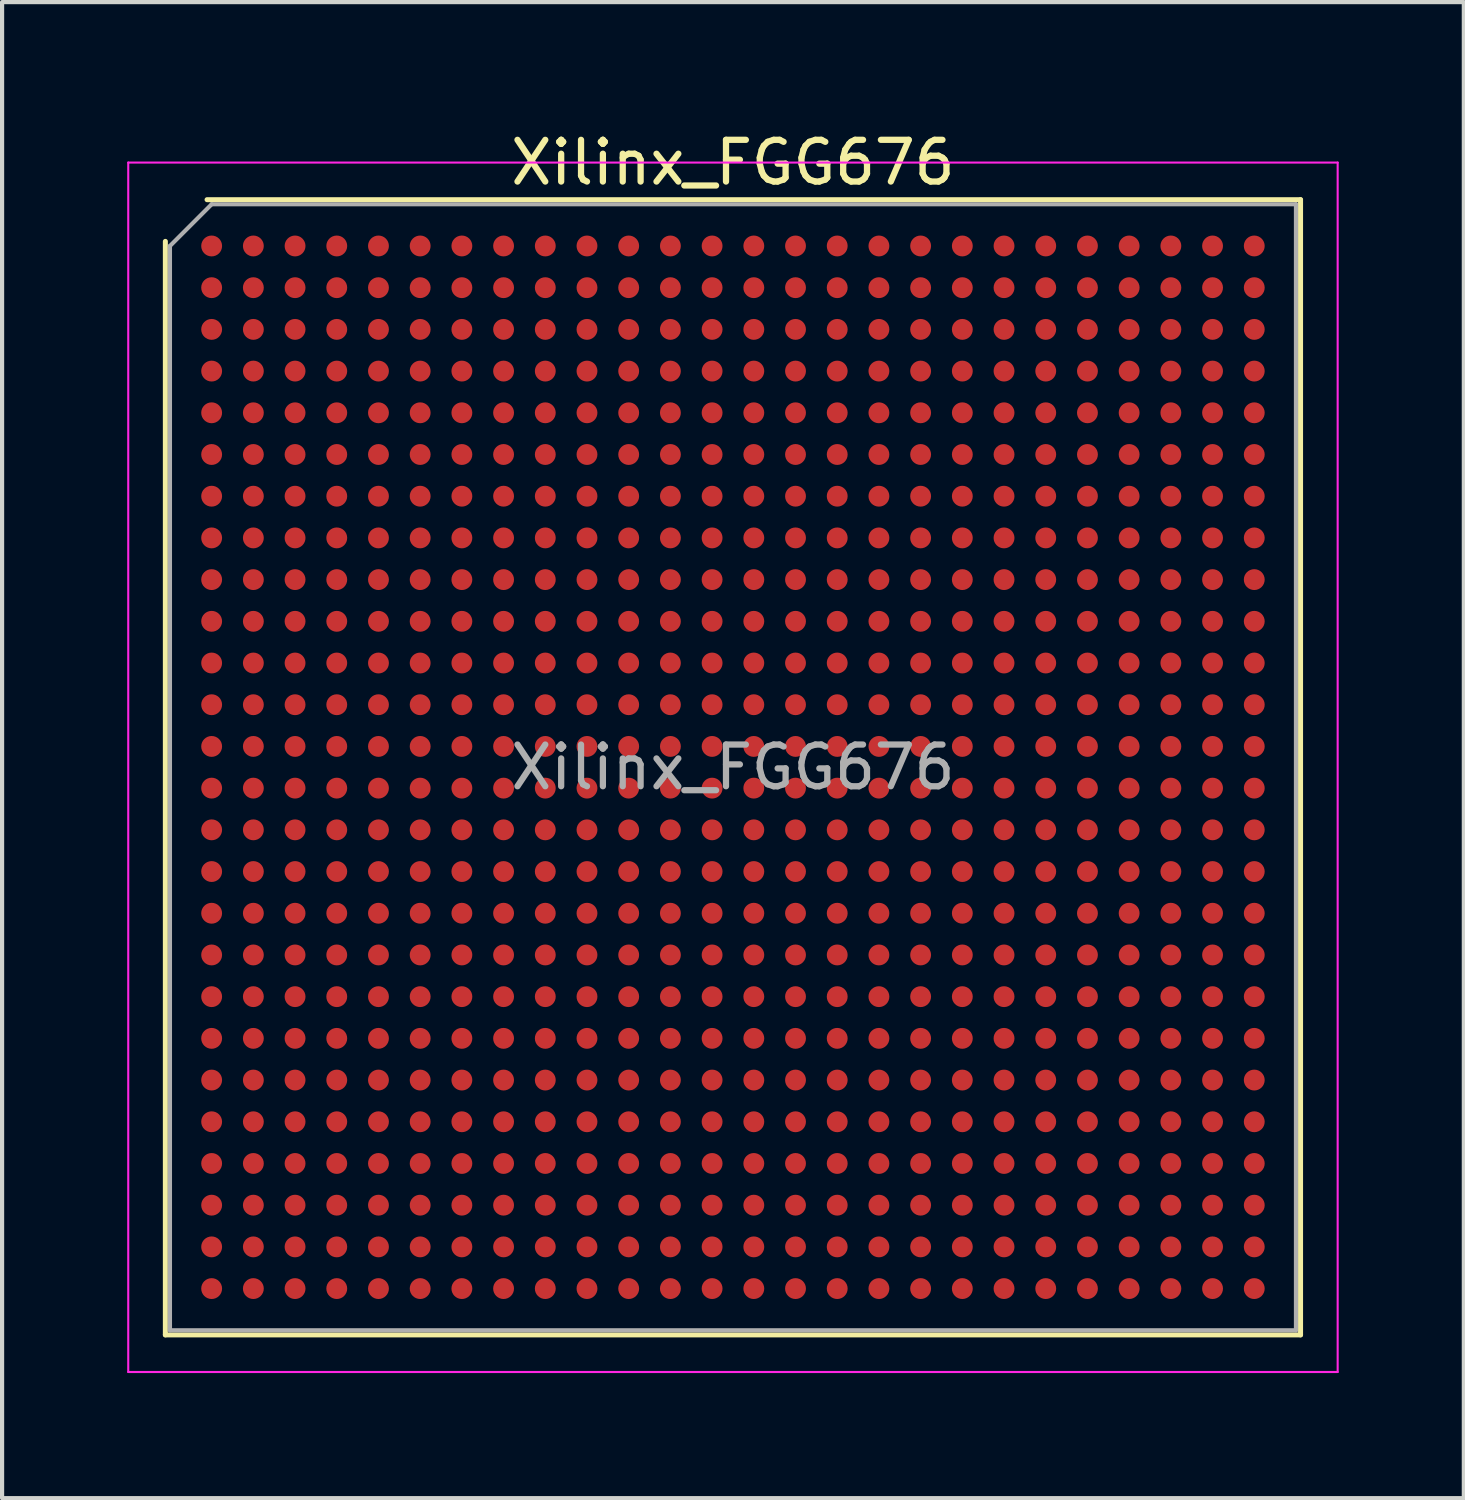
<source format=kicad_pcb>
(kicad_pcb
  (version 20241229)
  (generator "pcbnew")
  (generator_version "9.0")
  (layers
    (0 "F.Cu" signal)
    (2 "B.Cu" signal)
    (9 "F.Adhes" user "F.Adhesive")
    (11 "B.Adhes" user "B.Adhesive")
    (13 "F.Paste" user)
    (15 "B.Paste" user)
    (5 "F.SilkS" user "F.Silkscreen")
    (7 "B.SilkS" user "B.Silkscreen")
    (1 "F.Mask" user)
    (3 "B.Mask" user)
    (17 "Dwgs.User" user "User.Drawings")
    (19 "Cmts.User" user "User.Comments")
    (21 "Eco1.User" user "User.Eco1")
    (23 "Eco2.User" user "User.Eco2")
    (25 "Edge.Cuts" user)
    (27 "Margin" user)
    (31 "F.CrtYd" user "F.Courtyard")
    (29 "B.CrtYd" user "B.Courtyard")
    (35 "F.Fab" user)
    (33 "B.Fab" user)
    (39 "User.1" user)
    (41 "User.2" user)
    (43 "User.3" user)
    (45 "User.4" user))
  (footprint "Xilinx_FGG676"
    (layer "F.Cu")
    (at 14.525 15.348)
    (property "Reference" "Xilinx_FGG676" (at 0 -14.5 0) (layer "F.SilkS") (effects (font (size 1 1) (thickness 0.15))))
    (attr smd)
    (fp_line (start -13.61 13.61) (end -13.61 -12.61) (stroke (width 0.12) (type solid)) (layer "F.SilkS"))
    (fp_line (start -12.61 -13.61) (end 13.61 -13.61) (stroke (width 0.12) (type solid)) (layer "F.SilkS"))
    (fp_line (start 13.61 -13.61) (end 13.61 13.61) (stroke (width 0.12) (type solid)) (layer "F.SilkS"))
    (fp_line (start 13.61 13.61) (end -13.61 13.61) (stroke (width 0.12) (type solid)) (layer "F.SilkS"))
    (fp_line (start -14.5 -14.5) (end -14.5 14.5) (stroke (width 0.05) (type solid)) (layer "F.CrtYd"))
    (fp_line (start -14.5 14.5) (end 14.5 14.5) (stroke (width 0.05) (type solid)) (layer "F.CrtYd"))
    (fp_line (start 14.5 -14.5) (end -14.5 -14.5) (stroke (width 0.05) (type solid)) (layer "F.CrtYd"))
    (fp_line (start 14.5 14.5) (end 14.5 -14.5) (stroke (width 0.05) (type solid)) (layer "F.CrtYd"))
    (fp_line (start -13.5 -12.5) (end -12.5 -13.5) (stroke (width 0.1) (type solid)) (layer "F.Fab"))
    (fp_line (start -13.5 13.5) (end -13.5 -12.5) (stroke (width 0.1) (type solid)) (layer "F.Fab"))
    (fp_line (start -12.5 -13.5) (end 13.5 -13.5) (stroke (width 0.1) (type solid)) (layer "F.Fab"))
    (fp_line (start 13.5 -13.5) (end 13.5 13.5) (stroke (width 0.1) (type solid)) (layer "F.Fab"))
    (fp_line (start 13.5 13.5) (end -13.5 13.5) (stroke (width 0.1) (type solid)) (layer "F.Fab"))
    (fp_text user "${REFERENCE}" (at 0 0 0) (layer "F.Fab") (effects (font (size 1 1) (thickness 0.15))))
    (pad "A1" smd circle (at -12.5 -12.5) (size 0.5 0.5) (layers "F.Cu" "F.Mask" "F.Paste"))
    (pad "A2" smd circle (at -11.5 -12.5) (size 0.5 0.5) (layers "F.Cu" "F.Mask" "F.Paste"))
    (pad "A3" smd circle (at -10.5 -12.5) (size 0.5 0.5) (layers "F.Cu" "F.Mask" "F.Paste"))
    (pad "A4" smd circle (at -9.5 -12.5) (size 0.5 0.5) (layers "F.Cu" "F.Mask" "F.Paste"))
    (pad "A5" smd circle (at -8.5 -12.5) (size 0.5 0.5) (layers "F.Cu" "F.Mask" "F.Paste"))
    (pad "A6" smd circle (at -7.5 -12.5) (size 0.5 0.5) (layers "F.Cu" "F.Mask" "F.Paste"))
    (pad "A7" smd circle (at -6.5 -12.5) (size 0.5 0.5) (layers "F.Cu" "F.Mask" "F.Paste"))
    (pad "A8" smd circle (at -5.5 -12.5) (size 0.5 0.5) (layers "F.Cu" "F.Mask" "F.Paste"))
    (pad "A9" smd circle (at -4.5 -12.5) (size 0.5 0.5) (layers "F.Cu" "F.Mask" "F.Paste"))
    (pad "A10" smd circle (at -3.5 -12.5) (size 0.5 0.5) (layers "F.Cu" "F.Mask" "F.Paste"))
    (pad "A11" smd circle (at -2.5 -12.5) (size 0.5 0.5) (layers "F.Cu" "F.Mask" "F.Paste"))
    (pad "A12" smd circle (at -1.5 -12.5) (size 0.5 0.5) (layers "F.Cu" "F.Mask" "F.Paste"))
    (pad "A13" smd circle (at -0.5 -12.5) (size 0.5 0.5) (layers "F.Cu" "F.Mask" "F.Paste"))
    (pad "A14" smd circle (at 0.5 -12.5) (size 0.5 0.5) (layers "F.Cu" "F.Mask" "F.Paste"))
    (pad "A15" smd circle (at 1.5 -12.5) (size 0.5 0.5) (layers "F.Cu" "F.Mask" "F.Paste"))
    (pad "A16" smd circle (at 2.5 -12.5) (size 0.5 0.5) (layers "F.Cu" "F.Mask" "F.Paste"))
    (pad "A17" smd circle (at 3.5 -12.5) (size 0.5 0.5) (layers "F.Cu" "F.Mask" "F.Paste"))
    (pad "A18" smd circle (at 4.5 -12.5) (size 0.5 0.5) (layers "F.Cu" "F.Mask" "F.Paste"))
    (pad "A19" smd circle (at 5.5 -12.5) (size 0.5 0.5) (layers "F.Cu" "F.Mask" "F.Paste"))
    (pad "A20" smd circle (at 6.5 -12.5) (size 0.5 0.5) (layers "F.Cu" "F.Mask" "F.Paste"))
    (pad "A21" smd circle (at 7.5 -12.5) (size 0.5 0.5) (layers "F.Cu" "F.Mask" "F.Paste"))
    (pad "A22" smd circle (at 8.5 -12.5) (size 0.5 0.5) (layers "F.Cu" "F.Mask" "F.Paste"))
    (pad "A23" smd circle (at 9.5 -12.5) (size 0.5 0.5) (layers "F.Cu" "F.Mask" "F.Paste"))
    (pad "A24" smd circle (at 10.5 -12.5) (size 0.5 0.5) (layers "F.Cu" "F.Mask" "F.Paste"))
    (pad "A25" smd circle (at 11.5 -12.5) (size 0.5 0.5) (layers "F.Cu" "F.Mask" "F.Paste"))
    (pad "A26" smd circle (at 12.5 -12.5) (size 0.5 0.5) (layers "F.Cu" "F.Mask" "F.Paste"))
    (pad "AA1" smd circle (at -12.5 7.5) (size 0.5 0.5) (layers "F.Cu" "F.Mask" "F.Paste"))
    (pad "AA2" smd circle (at -11.5 7.5) (size 0.5 0.5) (layers "F.Cu" "F.Mask" "F.Paste"))
    (pad "AA3" smd circle (at -10.5 7.5) (size 0.5 0.5) (layers "F.Cu" "F.Mask" "F.Paste"))
    (pad "AA4" smd circle (at -9.5 7.5) (size 0.5 0.5) (layers "F.Cu" "F.Mask" "F.Paste"))
    (pad "AA5" smd circle (at -8.5 7.5) (size 0.5 0.5) (layers "F.Cu" "F.Mask" "F.Paste"))
    (pad "AA6" smd circle (at -7.5 7.5) (size 0.5 0.5) (layers "F.Cu" "F.Mask" "F.Paste"))
    (pad "AA7" smd circle (at -6.5 7.5) (size 0.5 0.5) (layers "F.Cu" "F.Mask" "F.Paste"))
    (pad "AA8" smd circle (at -5.5 7.5) (size 0.5 0.5) (layers "F.Cu" "F.Mask" "F.Paste"))
    (pad "AA9" smd circle (at -4.5 7.5) (size 0.5 0.5) (layers "F.Cu" "F.Mask" "F.Paste"))
    (pad "AA10" smd circle (at -3.5 7.5) (size 0.5 0.5) (layers "F.Cu" "F.Mask" "F.Paste"))
    (pad "AA11" smd circle (at -2.5 7.5) (size 0.5 0.5) (layers "F.Cu" "F.Mask" "F.Paste"))
    (pad "AA12" smd circle (at -1.5 7.5) (size 0.5 0.5) (layers "F.Cu" "F.Mask" "F.Paste"))
    (pad "AA13" smd circle (at -0.5 7.5) (size 0.5 0.5) (layers "F.Cu" "F.Mask" "F.Paste"))
    (pad "AA14" smd circle (at 0.5 7.5) (size 0.5 0.5) (layers "F.Cu" "F.Mask" "F.Paste"))
    (pad "AA15" smd circle (at 1.5 7.5) (size 0.5 0.5) (layers "F.Cu" "F.Mask" "F.Paste"))
    (pad "AA16" smd circle (at 2.5 7.5) (size 0.5 0.5) (layers "F.Cu" "F.Mask" "F.Paste"))
    (pad "AA17" smd circle (at 3.5 7.5) (size 0.5 0.5) (layers "F.Cu" "F.Mask" "F.Paste"))
    (pad "AA18" smd circle (at 4.5 7.5) (size 0.5 0.5) (layers "F.Cu" "F.Mask" "F.Paste"))
    (pad "AA19" smd circle (at 5.5 7.5) (size 0.5 0.5) (layers "F.Cu" "F.Mask" "F.Paste"))
    (pad "AA20" smd circle (at 6.5 7.5) (size 0.5 0.5) (layers "F.Cu" "F.Mask" "F.Paste"))
    (pad "AA21" smd circle (at 7.5 7.5) (size 0.5 0.5) (layers "F.Cu" "F.Mask" "F.Paste"))
    (pad "AA22" smd circle (at 8.5 7.5) (size 0.5 0.5) (layers "F.Cu" "F.Mask" "F.Paste"))
    (pad "AA23" smd circle (at 9.5 7.5) (size 0.5 0.5) (layers "F.Cu" "F.Mask" "F.Paste"))
    (pad "AA24" smd circle (at 10.5 7.5) (size 0.5 0.5) (layers "F.Cu" "F.Mask" "F.Paste"))
    (pad "AA25" smd circle (at 11.5 7.5) (size 0.5 0.5) (layers "F.Cu" "F.Mask" "F.Paste"))
    (pad "AA26" smd circle (at 12.5 7.5) (size 0.5 0.5) (layers "F.Cu" "F.Mask" "F.Paste"))
    (pad "AB1" smd circle (at -12.5 8.5) (size 0.5 0.5) (layers "F.Cu" "F.Mask" "F.Paste"))
    (pad "AB2" smd circle (at -11.5 8.5) (size 0.5 0.5) (layers "F.Cu" "F.Mask" "F.Paste"))
    (pad "AB3" smd circle (at -10.5 8.5) (size 0.5 0.5) (layers "F.Cu" "F.Mask" "F.Paste"))
    (pad "AB4" smd circle (at -9.5 8.5) (size 0.5 0.5) (layers "F.Cu" "F.Mask" "F.Paste"))
    (pad "AB5" smd circle (at -8.5 8.5) (size 0.5 0.5) (layers "F.Cu" "F.Mask" "F.Paste"))
    (pad "AB6" smd circle (at -7.5 8.5) (size 0.5 0.5) (layers "F.Cu" "F.Mask" "F.Paste"))
    (pad "AB7" smd circle (at -6.5 8.5) (size 0.5 0.5) (layers "F.Cu" "F.Mask" "F.Paste"))
    (pad "AB8" smd circle (at -5.5 8.5) (size 0.5 0.5) (layers "F.Cu" "F.Mask" "F.Paste"))
    (pad "AB9" smd circle (at -4.5 8.5) (size 0.5 0.5) (layers "F.Cu" "F.Mask" "F.Paste"))
    (pad "AB10" smd circle (at -3.5 8.5) (size 0.5 0.5) (layers "F.Cu" "F.Mask" "F.Paste"))
    (pad "AB11" smd circle (at -2.5 8.5) (size 0.5 0.5) (layers "F.Cu" "F.Mask" "F.Paste"))
    (pad "AB12" smd circle (at -1.5 8.5) (size 0.5 0.5) (layers "F.Cu" "F.Mask" "F.Paste"))
    (pad "AB13" smd circle (at -0.5 8.5) (size 0.5 0.5) (layers "F.Cu" "F.Mask" "F.Paste"))
    (pad "AB14" smd circle (at 0.5 8.5) (size 0.5 0.5) (layers "F.Cu" "F.Mask" "F.Paste"))
    (pad "AB15" smd circle (at 1.5 8.5) (size 0.5 0.5) (layers "F.Cu" "F.Mask" "F.Paste"))
    (pad "AB16" smd circle (at 2.5 8.5) (size 0.5 0.5) (layers "F.Cu" "F.Mask" "F.Paste"))
    (pad "AB17" smd circle (at 3.5 8.5) (size 0.5 0.5) (layers "F.Cu" "F.Mask" "F.Paste"))
    (pad "AB18" smd circle (at 4.5 8.5) (size 0.5 0.5) (layers "F.Cu" "F.Mask" "F.Paste"))
    (pad "AB19" smd circle (at 5.5 8.5) (size 0.5 0.5) (layers "F.Cu" "F.Mask" "F.Paste"))
    (pad "AB20" smd circle (at 6.5 8.5) (size 0.5 0.5) (layers "F.Cu" "F.Mask" "F.Paste"))
    (pad "AB21" smd circle (at 7.5 8.5) (size 0.5 0.5) (layers "F.Cu" "F.Mask" "F.Paste"))
    (pad "AB22" smd circle (at 8.5 8.5) (size 0.5 0.5) (layers "F.Cu" "F.Mask" "F.Paste"))
    (pad "AB23" smd circle (at 9.5 8.5) (size 0.5 0.5) (layers "F.Cu" "F.Mask" "F.Paste"))
    (pad "AB24" smd circle (at 10.5 8.5) (size 0.5 0.5) (layers "F.Cu" "F.Mask" "F.Paste"))
    (pad "AB25" smd circle (at 11.5 8.5) (size 0.5 0.5) (layers "F.Cu" "F.Mask" "F.Paste"))
    (pad "AB26" smd circle (at 12.5 8.5) (size 0.5 0.5) (layers "F.Cu" "F.Mask" "F.Paste"))
    (pad "AC1" smd circle (at -12.5 9.5) (size 0.5 0.5) (layers "F.Cu" "F.Mask" "F.Paste"))
    (pad "AC2" smd circle (at -11.5 9.5) (size 0.5 0.5) (layers "F.Cu" "F.Mask" "F.Paste"))
    (pad "AC3" smd circle (at -10.5 9.5) (size 0.5 0.5) (layers "F.Cu" "F.Mask" "F.Paste"))
    (pad "AC4" smd circle (at -9.5 9.5) (size 0.5 0.5) (layers "F.Cu" "F.Mask" "F.Paste"))
    (pad "AC5" smd circle (at -8.5 9.5) (size 0.5 0.5) (layers "F.Cu" "F.Mask" "F.Paste"))
    (pad "AC6" smd circle (at -7.5 9.5) (size 0.5 0.5) (layers "F.Cu" "F.Mask" "F.Paste"))
    (pad "AC7" smd circle (at -6.5 9.5) (size 0.5 0.5) (layers "F.Cu" "F.Mask" "F.Paste"))
    (pad "AC8" smd circle (at -5.5 9.5) (size 0.5 0.5) (layers "F.Cu" "F.Mask" "F.Paste"))
    (pad "AC9" smd circle (at -4.5 9.5) (size 0.5 0.5) (layers "F.Cu" "F.Mask" "F.Paste"))
    (pad "AC10" smd circle (at -3.5 9.5) (size 0.5 0.5) (layers "F.Cu" "F.Mask" "F.Paste"))
    (pad "AC11" smd circle (at -2.5 9.5) (size 0.5 0.5) (layers "F.Cu" "F.Mask" "F.Paste"))
    (pad "AC12" smd circle (at -1.5 9.5) (size 0.5 0.5) (layers "F.Cu" "F.Mask" "F.Paste"))
    (pad "AC13" smd circle (at -0.5 9.5) (size 0.5 0.5) (layers "F.Cu" "F.Mask" "F.Paste"))
    (pad "AC14" smd circle (at 0.5 9.5) (size 0.5 0.5) (layers "F.Cu" "F.Mask" "F.Paste"))
    (pad "AC15" smd circle (at 1.5 9.5) (size 0.5 0.5) (layers "F.Cu" "F.Mask" "F.Paste"))
    (pad "AC16" smd circle (at 2.5 9.5) (size 0.5 0.5) (layers "F.Cu" "F.Mask" "F.Paste"))
    (pad "AC17" smd circle (at 3.5 9.5) (size 0.5 0.5) (layers "F.Cu" "F.Mask" "F.Paste"))
    (pad "AC18" smd circle (at 4.5 9.5) (size 0.5 0.5) (layers "F.Cu" "F.Mask" "F.Paste"))
    (pad "AC19" smd circle (at 5.5 9.5) (size 0.5 0.5) (layers "F.Cu" "F.Mask" "F.Paste"))
    (pad "AC20" smd circle (at 6.5 9.5) (size 0.5 0.5) (layers "F.Cu" "F.Mask" "F.Paste"))
    (pad "AC21" smd circle (at 7.5 9.5) (size 0.5 0.5) (layers "F.Cu" "F.Mask" "F.Paste"))
    (pad "AC22" smd circle (at 8.5 9.5) (size 0.5 0.5) (layers "F.Cu" "F.Mask" "F.Paste"))
    (pad "AC23" smd circle (at 9.5 9.5) (size 0.5 0.5) (layers "F.Cu" "F.Mask" "F.Paste"))
    (pad "AC24" smd circle (at 10.5 9.5) (size 0.5 0.5) (layers "F.Cu" "F.Mask" "F.Paste"))
    (pad "AC25" smd circle (at 11.5 9.5) (size 0.5 0.5) (layers "F.Cu" "F.Mask" "F.Paste"))
    (pad "AC26" smd circle (at 12.5 9.5) (size 0.5 0.5) (layers "F.Cu" "F.Mask" "F.Paste"))
    (pad "AD1" smd circle (at -12.5 10.5) (size 0.5 0.5) (layers "F.Cu" "F.Mask" "F.Paste"))
    (pad "AD2" smd circle (at -11.5 10.5) (size 0.5 0.5) (layers "F.Cu" "F.Mask" "F.Paste"))
    (pad "AD3" smd circle (at -10.5 10.5) (size 0.5 0.5) (layers "F.Cu" "F.Mask" "F.Paste"))
    (pad "AD4" smd circle (at -9.5 10.5) (size 0.5 0.5) (layers "F.Cu" "F.Mask" "F.Paste"))
    (pad "AD5" smd circle (at -8.5 10.5) (size 0.5 0.5) (layers "F.Cu" "F.Mask" "F.Paste"))
    (pad "AD6" smd circle (at -7.5 10.5) (size 0.5 0.5) (layers "F.Cu" "F.Mask" "F.Paste"))
    (pad "AD7" smd circle (at -6.5 10.5) (size 0.5 0.5) (layers "F.Cu" "F.Mask" "F.Paste"))
    (pad "AD8" smd circle (at -5.5 10.5) (size 0.5 0.5) (layers "F.Cu" "F.Mask" "F.Paste"))
    (pad "AD9" smd circle (at -4.5 10.5) (size 0.5 0.5) (layers "F.Cu" "F.Mask" "F.Paste"))
    (pad "AD10" smd circle (at -3.5 10.5) (size 0.5 0.5) (layers "F.Cu" "F.Mask" "F.Paste"))
    (pad "AD11" smd circle (at -2.5 10.5) (size 0.5 0.5) (layers "F.Cu" "F.Mask" "F.Paste"))
    (pad "AD12" smd circle (at -1.5 10.5) (size 0.5 0.5) (layers "F.Cu" "F.Mask" "F.Paste"))
    (pad "AD13" smd circle (at -0.5 10.5) (size 0.5 0.5) (layers "F.Cu" "F.Mask" "F.Paste"))
    (pad "AD14" smd circle (at 0.5 10.5) (size 0.5 0.5) (layers "F.Cu" "F.Mask" "F.Paste"))
    (pad "AD15" smd circle (at 1.5 10.5) (size 0.5 0.5) (layers "F.Cu" "F.Mask" "F.Paste"))
    (pad "AD16" smd circle (at 2.5 10.5) (size 0.5 0.5) (layers "F.Cu" "F.Mask" "F.Paste"))
    (pad "AD17" smd circle (at 3.5 10.5) (size 0.5 0.5) (layers "F.Cu" "F.Mask" "F.Paste"))
    (pad "AD18" smd circle (at 4.5 10.5) (size 0.5 0.5) (layers "F.Cu" "F.Mask" "F.Paste"))
    (pad "AD19" smd circle (at 5.5 10.5) (size 0.5 0.5) (layers "F.Cu" "F.Mask" "F.Paste"))
    (pad "AD20" smd circle (at 6.5 10.5) (size 0.5 0.5) (layers "F.Cu" "F.Mask" "F.Paste"))
    (pad "AD21" smd circle (at 7.5 10.5) (size 0.5 0.5) (layers "F.Cu" "F.Mask" "F.Paste"))
    (pad "AD22" smd circle (at 8.5 10.5) (size 0.5 0.5) (layers "F.Cu" "F.Mask" "F.Paste"))
    (pad "AD23" smd circle (at 9.5 10.5) (size 0.5 0.5) (layers "F.Cu" "F.Mask" "F.Paste"))
    (pad "AD24" smd circle (at 10.5 10.5) (size 0.5 0.5) (layers "F.Cu" "F.Mask" "F.Paste"))
    (pad "AD25" smd circle (at 11.5 10.5) (size 0.5 0.5) (layers "F.Cu" "F.Mask" "F.Paste"))
    (pad "AD26" smd circle (at 12.5 10.5) (size 0.5 0.5) (layers "F.Cu" "F.Mask" "F.Paste"))
    (pad "AE1" smd circle (at -12.5 11.5) (size 0.5 0.5) (layers "F.Cu" "F.Mask" "F.Paste"))
    (pad "AE2" smd circle (at -11.5 11.5) (size 0.5 0.5) (layers "F.Cu" "F.Mask" "F.Paste"))
    (pad "AE3" smd circle (at -10.5 11.5) (size 0.5 0.5) (layers "F.Cu" "F.Mask" "F.Paste"))
    (pad "AE4" smd circle (at -9.5 11.5) (size 0.5 0.5) (layers "F.Cu" "F.Mask" "F.Paste"))
    (pad "AE5" smd circle (at -8.5 11.5) (size 0.5 0.5) (layers "F.Cu" "F.Mask" "F.Paste"))
    (pad "AE6" smd circle (at -7.5 11.5) (size 0.5 0.5) (layers "F.Cu" "F.Mask" "F.Paste"))
    (pad "AE7" smd circle (at -6.5 11.5) (size 0.5 0.5) (layers "F.Cu" "F.Mask" "F.Paste"))
    (pad "AE8" smd circle (at -5.5 11.5) (size 0.5 0.5) (layers "F.Cu" "F.Mask" "F.Paste"))
    (pad "AE9" smd circle (at -4.5 11.5) (size 0.5 0.5) (layers "F.Cu" "F.Mask" "F.Paste"))
    (pad "AE10" smd circle (at -3.5 11.5) (size 0.5 0.5) (layers "F.Cu" "F.Mask" "F.Paste"))
    (pad "AE11" smd circle (at -2.5 11.5) (size 0.5 0.5) (layers "F.Cu" "F.Mask" "F.Paste"))
    (pad "AE12" smd circle (at -1.5 11.5) (size 0.5 0.5) (layers "F.Cu" "F.Mask" "F.Paste"))
    (pad "AE13" smd circle (at -0.5 11.5) (size 0.5 0.5) (layers "F.Cu" "F.Mask" "F.Paste"))
    (pad "AE14" smd circle (at 0.5 11.5) (size 0.5 0.5) (layers "F.Cu" "F.Mask" "F.Paste"))
    (pad "AE15" smd circle (at 1.5 11.5) (size 0.5 0.5) (layers "F.Cu" "F.Mask" "F.Paste"))
    (pad "AE16" smd circle (at 2.5 11.5) (size 0.5 0.5) (layers "F.Cu" "F.Mask" "F.Paste"))
    (pad "AE17" smd circle (at 3.5 11.5) (size 0.5 0.5) (layers "F.Cu" "F.Mask" "F.Paste"))
    (pad "AE18" smd circle (at 4.5 11.5) (size 0.5 0.5) (layers "F.Cu" "F.Mask" "F.Paste"))
    (pad "AE19" smd circle (at 5.5 11.5) (size 0.5 0.5) (layers "F.Cu" "F.Mask" "F.Paste"))
    (pad "AE20" smd circle (at 6.5 11.5) (size 0.5 0.5) (layers "F.Cu" "F.Mask" "F.Paste"))
    (pad "AE21" smd circle (at 7.5 11.5) (size 0.5 0.5) (layers "F.Cu" "F.Mask" "F.Paste"))
    (pad "AE22" smd circle (at 8.5 11.5) (size 0.5 0.5) (layers "F.Cu" "F.Mask" "F.Paste"))
    (pad "AE23" smd circle (at 9.5 11.5) (size 0.5 0.5) (layers "F.Cu" "F.Mask" "F.Paste"))
    (pad "AE24" smd circle (at 10.5 11.5) (size 0.5 0.5) (layers "F.Cu" "F.Mask" "F.Paste"))
    (pad "AE25" smd circle (at 11.5 11.5) (size 0.5 0.5) (layers "F.Cu" "F.Mask" "F.Paste"))
    (pad "AE26" smd circle (at 12.5 11.5) (size 0.5 0.5) (layers "F.Cu" "F.Mask" "F.Paste"))
    (pad "AF1" smd circle (at -12.5 12.5) (size 0.5 0.5) (layers "F.Cu" "F.Mask" "F.Paste"))
    (pad "AF2" smd circle (at -11.5 12.5) (size 0.5 0.5) (layers "F.Cu" "F.Mask" "F.Paste"))
    (pad "AF3" smd circle (at -10.5 12.5) (size 0.5 0.5) (layers "F.Cu" "F.Mask" "F.Paste"))
    (pad "AF4" smd circle (at -9.5 12.5) (size 0.5 0.5) (layers "F.Cu" "F.Mask" "F.Paste"))
    (pad "AF5" smd circle (at -8.5 12.5) (size 0.5 0.5) (layers "F.Cu" "F.Mask" "F.Paste"))
    (pad "AF6" smd circle (at -7.5 12.5) (size 0.5 0.5) (layers "F.Cu" "F.Mask" "F.Paste"))
    (pad "AF7" smd circle (at -6.5 12.5) (size 0.5 0.5) (layers "F.Cu" "F.Mask" "F.Paste"))
    (pad "AF8" smd circle (at -5.5 12.5) (size 0.5 0.5) (layers "F.Cu" "F.Mask" "F.Paste"))
    (pad "AF9" smd circle (at -4.5 12.5) (size 0.5 0.5) (layers "F.Cu" "F.Mask" "F.Paste"))
    (pad "AF10" smd circle (at -3.5 12.5) (size 0.5 0.5) (layers "F.Cu" "F.Mask" "F.Paste"))
    (pad "AF11" smd circle (at -2.5 12.5) (size 0.5 0.5) (layers "F.Cu" "F.Mask" "F.Paste"))
    (pad "AF12" smd circle (at -1.5 12.5) (size 0.5 0.5) (layers "F.Cu" "F.Mask" "F.Paste"))
    (pad "AF13" smd circle (at -0.5 12.5) (size 0.5 0.5) (layers "F.Cu" "F.Mask" "F.Paste"))
    (pad "AF14" smd circle (at 0.5 12.5) (size 0.5 0.5) (layers "F.Cu" "F.Mask" "F.Paste"))
    (pad "AF15" smd circle (at 1.5 12.5) (size 0.5 0.5) (layers "F.Cu" "F.Mask" "F.Paste"))
    (pad "AF16" smd circle (at 2.5 12.5) (size 0.5 0.5) (layers "F.Cu" "F.Mask" "F.Paste"))
    (pad "AF17" smd circle (at 3.5 12.5) (size 0.5 0.5) (layers "F.Cu" "F.Mask" "F.Paste"))
    (pad "AF18" smd circle (at 4.5 12.5) (size 0.5 0.5) (layers "F.Cu" "F.Mask" "F.Paste"))
    (pad "AF19" smd circle (at 5.5 12.5) (size 0.5 0.5) (layers "F.Cu" "F.Mask" "F.Paste"))
    (pad "AF20" smd circle (at 6.5 12.5) (size 0.5 0.5) (layers "F.Cu" "F.Mask" "F.Paste"))
    (pad "AF21" smd circle (at 7.5 12.5) (size 0.5 0.5) (layers "F.Cu" "F.Mask" "F.Paste"))
    (pad "AF22" smd circle (at 8.5 12.5) (size 0.5 0.5) (layers "F.Cu" "F.Mask" "F.Paste"))
    (pad "AF23" smd circle (at 9.5 12.5) (size 0.5 0.5) (layers "F.Cu" "F.Mask" "F.Paste"))
    (pad "AF24" smd circle (at 10.5 12.5) (size 0.5 0.5) (layers "F.Cu" "F.Mask" "F.Paste"))
    (pad "AF25" smd circle (at 11.5 12.5) (size 0.5 0.5) (layers "F.Cu" "F.Mask" "F.Paste"))
    (pad "AF26" smd circle (at 12.5 12.5) (size 0.5 0.5) (layers "F.Cu" "F.Mask" "F.Paste"))
    (pad "B1" smd circle (at -12.5 -11.5) (size 0.5 0.5) (layers "F.Cu" "F.Mask" "F.Paste"))
    (pad "B2" smd circle (at -11.5 -11.5) (size 0.5 0.5) (layers "F.Cu" "F.Mask" "F.Paste"))
    (pad "B3" smd circle (at -10.5 -11.5) (size 0.5 0.5) (layers "F.Cu" "F.Mask" "F.Paste"))
    (pad "B4" smd circle (at -9.5 -11.5) (size 0.5 0.5) (layers "F.Cu" "F.Mask" "F.Paste"))
    (pad "B5" smd circle (at -8.5 -11.5) (size 0.5 0.5) (layers "F.Cu" "F.Mask" "F.Paste"))
    (pad "B6" smd circle (at -7.5 -11.5) (size 0.5 0.5) (layers "F.Cu" "F.Mask" "F.Paste"))
    (pad "B7" smd circle (at -6.5 -11.5) (size 0.5 0.5) (layers "F.Cu" "F.Mask" "F.Paste"))
    (pad "B8" smd circle (at -5.5 -11.5) (size 0.5 0.5) (layers "F.Cu" "F.Mask" "F.Paste"))
    (pad "B9" smd circle (at -4.5 -11.5) (size 0.5 0.5) (layers "F.Cu" "F.Mask" "F.Paste"))
    (pad "B10" smd circle (at -3.5 -11.5) (size 0.5 0.5) (layers "F.Cu" "F.Mask" "F.Paste"))
    (pad "B11" smd circle (at -2.5 -11.5) (size 0.5 0.5) (layers "F.Cu" "F.Mask" "F.Paste"))
    (pad "B12" smd circle (at -1.5 -11.5) (size 0.5 0.5) (layers "F.Cu" "F.Mask" "F.Paste"))
    (pad "B13" smd circle (at -0.5 -11.5) (size 0.5 0.5) (layers "F.Cu" "F.Mask" "F.Paste"))
    (pad "B14" smd circle (at 0.5 -11.5) (size 0.5 0.5) (layers "F.Cu" "F.Mask" "F.Paste"))
    (pad "B15" smd circle (at 1.5 -11.5) (size 0.5 0.5) (layers "F.Cu" "F.Mask" "F.Paste"))
    (pad "B16" smd circle (at 2.5 -11.5) (size 0.5 0.5) (layers "F.Cu" "F.Mask" "F.Paste"))
    (pad "B17" smd circle (at 3.5 -11.5) (size 0.5 0.5) (layers "F.Cu" "F.Mask" "F.Paste"))
    (pad "B18" smd circle (at 4.5 -11.5) (size 0.5 0.5) (layers "F.Cu" "F.Mask" "F.Paste"))
    (pad "B19" smd circle (at 5.5 -11.5) (size 0.5 0.5) (layers "F.Cu" "F.Mask" "F.Paste"))
    (pad "B20" smd circle (at 6.5 -11.5) (size 0.5 0.5) (layers "F.Cu" "F.Mask" "F.Paste"))
    (pad "B21" smd circle (at 7.5 -11.5) (size 0.5 0.5) (layers "F.Cu" "F.Mask" "F.Paste"))
    (pad "B22" smd circle (at 8.5 -11.5) (size 0.5 0.5) (layers "F.Cu" "F.Mask" "F.Paste"))
    (pad "B23" smd circle (at 9.5 -11.5) (size 0.5 0.5) (layers "F.Cu" "F.Mask" "F.Paste"))
    (pad "B24" smd circle (at 10.5 -11.5) (size 0.5 0.5) (layers "F.Cu" "F.Mask" "F.Paste"))
    (pad "B25" smd circle (at 11.5 -11.5) (size 0.5 0.5) (layers "F.Cu" "F.Mask" "F.Paste"))
    (pad "B26" smd circle (at 12.5 -11.5) (size 0.5 0.5) (layers "F.Cu" "F.Mask" "F.Paste"))
    (pad "C1" smd circle (at -12.5 -10.5) (size 0.5 0.5) (layers "F.Cu" "F.Mask" "F.Paste"))
    (pad "C2" smd circle (at -11.5 -10.5) (size 0.5 0.5) (layers "F.Cu" "F.Mask" "F.Paste"))
    (pad "C3" smd circle (at -10.5 -10.5) (size 0.5 0.5) (layers "F.Cu" "F.Mask" "F.Paste"))
    (pad "C4" smd circle (at -9.5 -10.5) (size 0.5 0.5) (layers "F.Cu" "F.Mask" "F.Paste"))
    (pad "C5" smd circle (at -8.5 -10.5) (size 0.5 0.5) (layers "F.Cu" "F.Mask" "F.Paste"))
    (pad "C6" smd circle (at -7.5 -10.5) (size 0.5 0.5) (layers "F.Cu" "F.Mask" "F.Paste"))
    (pad "C7" smd circle (at -6.5 -10.5) (size 0.5 0.5) (layers "F.Cu" "F.Mask" "F.Paste"))
    (pad "C8" smd circle (at -5.5 -10.5) (size 0.5 0.5) (layers "F.Cu" "F.Mask" "F.Paste"))
    (pad "C9" smd circle (at -4.5 -10.5) (size 0.5 0.5) (layers "F.Cu" "F.Mask" "F.Paste"))
    (pad "C10" smd circle (at -3.5 -10.5) (size 0.5 0.5) (layers "F.Cu" "F.Mask" "F.Paste"))
    (pad "C11" smd circle (at -2.5 -10.5) (size 0.5 0.5) (layers "F.Cu" "F.Mask" "F.Paste"))
    (pad "C12" smd circle (at -1.5 -10.5) (size 0.5 0.5) (layers "F.Cu" "F.Mask" "F.Paste"))
    (pad "C13" smd circle (at -0.5 -10.5) (size 0.5 0.5) (layers "F.Cu" "F.Mask" "F.Paste"))
    (pad "C14" smd circle (at 0.5 -10.5) (size 0.5 0.5) (layers "F.Cu" "F.Mask" "F.Paste"))
    (pad "C15" smd circle (at 1.5 -10.5) (size 0.5 0.5) (layers "F.Cu" "F.Mask" "F.Paste"))
    (pad "C16" smd circle (at 2.5 -10.5) (size 0.5 0.5) (layers "F.Cu" "F.Mask" "F.Paste"))
    (pad "C17" smd circle (at 3.5 -10.5) (size 0.5 0.5) (layers "F.Cu" "F.Mask" "F.Paste"))
    (pad "C18" smd circle (at 4.5 -10.5) (size 0.5 0.5) (layers "F.Cu" "F.Mask" "F.Paste"))
    (pad "C19" smd circle (at 5.5 -10.5) (size 0.5 0.5) (layers "F.Cu" "F.Mask" "F.Paste"))
    (pad "C20" smd circle (at 6.5 -10.5) (size 0.5 0.5) (layers "F.Cu" "F.Mask" "F.Paste"))
    (pad "C21" smd circle (at 7.5 -10.5) (size 0.5 0.5) (layers "F.Cu" "F.Mask" "F.Paste"))
    (pad "C22" smd circle (at 8.5 -10.5) (size 0.5 0.5) (layers "F.Cu" "F.Mask" "F.Paste"))
    (pad "C23" smd circle (at 9.5 -10.5) (size 0.5 0.5) (layers "F.Cu" "F.Mask" "F.Paste"))
    (pad "C24" smd circle (at 10.5 -10.5) (size 0.5 0.5) (layers "F.Cu" "F.Mask" "F.Paste"))
    (pad "C25" smd circle (at 11.5 -10.5) (size 0.5 0.5) (layers "F.Cu" "F.Mask" "F.Paste"))
    (pad "C26" smd circle (at 12.5 -10.5) (size 0.5 0.5) (layers "F.Cu" "F.Mask" "F.Paste"))
    (pad "D1" smd circle (at -12.5 -9.5) (size 0.5 0.5) (layers "F.Cu" "F.Mask" "F.Paste"))
    (pad "D2" smd circle (at -11.5 -9.5) (size 0.5 0.5) (layers "F.Cu" "F.Mask" "F.Paste"))
    (pad "D3" smd circle (at -10.5 -9.5) (size 0.5 0.5) (layers "F.Cu" "F.Mask" "F.Paste"))
    (pad "D4" smd circle (at -9.5 -9.5) (size 0.5 0.5) (layers "F.Cu" "F.Mask" "F.Paste"))
    (pad "D5" smd circle (at -8.5 -9.5) (size 0.5 0.5) (layers "F.Cu" "F.Mask" "F.Paste"))
    (pad "D6" smd circle (at -7.5 -9.5) (size 0.5 0.5) (layers "F.Cu" "F.Mask" "F.Paste"))
    (pad "D7" smd circle (at -6.5 -9.5) (size 0.5 0.5) (layers "F.Cu" "F.Mask" "F.Paste"))
    (pad "D8" smd circle (at -5.5 -9.5) (size 0.5 0.5) (layers "F.Cu" "F.Mask" "F.Paste"))
    (pad "D9" smd circle (at -4.5 -9.5) (size 0.5 0.5) (layers "F.Cu" "F.Mask" "F.Paste"))
    (pad "D10" smd circle (at -3.5 -9.5) (size 0.5 0.5) (layers "F.Cu" "F.Mask" "F.Paste"))
    (pad "D11" smd circle (at -2.5 -9.5) (size 0.5 0.5) (layers "F.Cu" "F.Mask" "F.Paste"))
    (pad "D12" smd circle (at -1.5 -9.5) (size 0.5 0.5) (layers "F.Cu" "F.Mask" "F.Paste"))
    (pad "D13" smd circle (at -0.5 -9.5) (size 0.5 0.5) (layers "F.Cu" "F.Mask" "F.Paste"))
    (pad "D14" smd circle (at 0.5 -9.5) (size 0.5 0.5) (layers "F.Cu" "F.Mask" "F.Paste"))
    (pad "D15" smd circle (at 1.5 -9.5) (size 0.5 0.5) (layers "F.Cu" "F.Mask" "F.Paste"))
    (pad "D16" smd circle (at 2.5 -9.5) (size 0.5 0.5) (layers "F.Cu" "F.Mask" "F.Paste"))
    (pad "D17" smd circle (at 3.5 -9.5) (size 0.5 0.5) (layers "F.Cu" "F.Mask" "F.Paste"))
    (pad "D18" smd circle (at 4.5 -9.5) (size 0.5 0.5) (layers "F.Cu" "F.Mask" "F.Paste"))
    (pad "D19" smd circle (at 5.5 -9.5) (size 0.5 0.5) (layers "F.Cu" "F.Mask" "F.Paste"))
    (pad "D20" smd circle (at 6.5 -9.5) (size 0.5 0.5) (layers "F.Cu" "F.Mask" "F.Paste"))
    (pad "D21" smd circle (at 7.5 -9.5) (size 0.5 0.5) (layers "F.Cu" "F.Mask" "F.Paste"))
    (pad "D22" smd circle (at 8.5 -9.5) (size 0.5 0.5) (layers "F.Cu" "F.Mask" "F.Paste"))
    (pad "D23" smd circle (at 9.5 -9.5) (size 0.5 0.5) (layers "F.Cu" "F.Mask" "F.Paste"))
    (pad "D24" smd circle (at 10.5 -9.5) (size 0.5 0.5) (layers "F.Cu" "F.Mask" "F.Paste"))
    (pad "D25" smd circle (at 11.5 -9.5) (size 0.5 0.5) (layers "F.Cu" "F.Mask" "F.Paste"))
    (pad "D26" smd circle (at 12.5 -9.5) (size 0.5 0.5) (layers "F.Cu" "F.Mask" "F.Paste"))
    (pad "E1" smd circle (at -12.5 -8.5) (size 0.5 0.5) (layers "F.Cu" "F.Mask" "F.Paste"))
    (pad "E2" smd circle (at -11.5 -8.5) (size 0.5 0.5) (layers "F.Cu" "F.Mask" "F.Paste"))
    (pad "E3" smd circle (at -10.5 -8.5) (size 0.5 0.5) (layers "F.Cu" "F.Mask" "F.Paste"))
    (pad "E4" smd circle (at -9.5 -8.5) (size 0.5 0.5) (layers "F.Cu" "F.Mask" "F.Paste"))
    (pad "E5" smd circle (at -8.5 -8.5) (size 0.5 0.5) (layers "F.Cu" "F.Mask" "F.Paste"))
    (pad "E6" smd circle (at -7.5 -8.5) (size 0.5 0.5) (layers "F.Cu" "F.Mask" "F.Paste"))
    (pad "E7" smd circle (at -6.5 -8.5) (size 0.5 0.5) (layers "F.Cu" "F.Mask" "F.Paste"))
    (pad "E8" smd circle (at -5.5 -8.5) (size 0.5 0.5) (layers "F.Cu" "F.Mask" "F.Paste"))
    (pad "E9" smd circle (at -4.5 -8.5) (size 0.5 0.5) (layers "F.Cu" "F.Mask" "F.Paste"))
    (pad "E10" smd circle (at -3.5 -8.5) (size 0.5 0.5) (layers "F.Cu" "F.Mask" "F.Paste"))
    (pad "E11" smd circle (at -2.5 -8.5) (size 0.5 0.5) (layers "F.Cu" "F.Mask" "F.Paste"))
    (pad "E12" smd circle (at -1.5 -8.5) (size 0.5 0.5) (layers "F.Cu" "F.Mask" "F.Paste"))
    (pad "E13" smd circle (at -0.5 -8.5) (size 0.5 0.5) (layers "F.Cu" "F.Mask" "F.Paste"))
    (pad "E14" smd circle (at 0.5 -8.5) (size 0.5 0.5) (layers "F.Cu" "F.Mask" "F.Paste"))
    (pad "E15" smd circle (at 1.5 -8.5) (size 0.5 0.5) (layers "F.Cu" "F.Mask" "F.Paste"))
    (pad "E16" smd circle (at 2.5 -8.5) (size 0.5 0.5) (layers "F.Cu" "F.Mask" "F.Paste"))
    (pad "E17" smd circle (at 3.5 -8.5) (size 0.5 0.5) (layers "F.Cu" "F.Mask" "F.Paste"))
    (pad "E18" smd circle (at 4.5 -8.5) (size 0.5 0.5) (layers "F.Cu" "F.Mask" "F.Paste"))
    (pad "E19" smd circle (at 5.5 -8.5) (size 0.5 0.5) (layers "F.Cu" "F.Mask" "F.Paste"))
    (pad "E20" smd circle (at 6.5 -8.5) (size 0.5 0.5) (layers "F.Cu" "F.Mask" "F.Paste"))
    (pad "E21" smd circle (at 7.5 -8.5) (size 0.5 0.5) (layers "F.Cu" "F.Mask" "F.Paste"))
    (pad "E22" smd circle (at 8.5 -8.5) (size 0.5 0.5) (layers "F.Cu" "F.Mask" "F.Paste"))
    (pad "E23" smd circle (at 9.5 -8.5) (size 0.5 0.5) (layers "F.Cu" "F.Mask" "F.Paste"))
    (pad "E24" smd circle (at 10.5 -8.5) (size 0.5 0.5) (layers "F.Cu" "F.Mask" "F.Paste"))
    (pad "E25" smd circle (at 11.5 -8.5) (size 0.5 0.5) (layers "F.Cu" "F.Mask" "F.Paste"))
    (pad "E26" smd circle (at 12.5 -8.5) (size 0.5 0.5) (layers "F.Cu" "F.Mask" "F.Paste"))
    (pad "F1" smd circle (at -12.5 -7.5) (size 0.5 0.5) (layers "F.Cu" "F.Mask" "F.Paste"))
    (pad "F2" smd circle (at -11.5 -7.5) (size 0.5 0.5) (layers "F.Cu" "F.Mask" "F.Paste"))
    (pad "F3" smd circle (at -10.5 -7.5) (size 0.5 0.5) (layers "F.Cu" "F.Mask" "F.Paste"))
    (pad "F4" smd circle (at -9.5 -7.5) (size 0.5 0.5) (layers "F.Cu" "F.Mask" "F.Paste"))
    (pad "F5" smd circle (at -8.5 -7.5) (size 0.5 0.5) (layers "F.Cu" "F.Mask" "F.Paste"))
    (pad "F6" smd circle (at -7.5 -7.5) (size 0.5 0.5) (layers "F.Cu" "F.Mask" "F.Paste"))
    (pad "F7" smd circle (at -6.5 -7.5) (size 0.5 0.5) (layers "F.Cu" "F.Mask" "F.Paste"))
    (pad "F8" smd circle (at -5.5 -7.5) (size 0.5 0.5) (layers "F.Cu" "F.Mask" "F.Paste"))
    (pad "F9" smd circle (at -4.5 -7.5) (size 0.5 0.5) (layers "F.Cu" "F.Mask" "F.Paste"))
    (pad "F10" smd circle (at -3.5 -7.5) (size 0.5 0.5) (layers "F.Cu" "F.Mask" "F.Paste"))
    (pad "F11" smd circle (at -2.5 -7.5) (size 0.5 0.5) (layers "F.Cu" "F.Mask" "F.Paste"))
    (pad "F12" smd circle (at -1.5 -7.5) (size 0.5 0.5) (layers "F.Cu" "F.Mask" "F.Paste"))
    (pad "F13" smd circle (at -0.5 -7.5) (size 0.5 0.5) (layers "F.Cu" "F.Mask" "F.Paste"))
    (pad "F14" smd circle (at 0.5 -7.5) (size 0.5 0.5) (layers "F.Cu" "F.Mask" "F.Paste"))
    (pad "F15" smd circle (at 1.5 -7.5) (size 0.5 0.5) (layers "F.Cu" "F.Mask" "F.Paste"))
    (pad "F16" smd circle (at 2.5 -7.5) (size 0.5 0.5) (layers "F.Cu" "F.Mask" "F.Paste"))
    (pad "F17" smd circle (at 3.5 -7.5) (size 0.5 0.5) (layers "F.Cu" "F.Mask" "F.Paste"))
    (pad "F18" smd circle (at 4.5 -7.5) (size 0.5 0.5) (layers "F.Cu" "F.Mask" "F.Paste"))
    (pad "F19" smd circle (at 5.5 -7.5) (size 0.5 0.5) (layers "F.Cu" "F.Mask" "F.Paste"))
    (pad "F20" smd circle (at 6.5 -7.5) (size 0.5 0.5) (layers "F.Cu" "F.Mask" "F.Paste"))
    (pad "F21" smd circle (at 7.5 -7.5) (size 0.5 0.5) (layers "F.Cu" "F.Mask" "F.Paste"))
    (pad "F22" smd circle (at 8.5 -7.5) (size 0.5 0.5) (layers "F.Cu" "F.Mask" "F.Paste"))
    (pad "F23" smd circle (at 9.5 -7.5) (size 0.5 0.5) (layers "F.Cu" "F.Mask" "F.Paste"))
    (pad "F24" smd circle (at 10.5 -7.5) (size 0.5 0.5) (layers "F.Cu" "F.Mask" "F.Paste"))
    (pad "F25" smd circle (at 11.5 -7.5) (size 0.5 0.5) (layers "F.Cu" "F.Mask" "F.Paste"))
    (pad "F26" smd circle (at 12.5 -7.5) (size 0.5 0.5) (layers "F.Cu" "F.Mask" "F.Paste"))
    (pad "G1" smd circle (at -12.5 -6.5) (size 0.5 0.5) (layers "F.Cu" "F.Mask" "F.Paste"))
    (pad "G2" smd circle (at -11.5 -6.5) (size 0.5 0.5) (layers "F.Cu" "F.Mask" "F.Paste"))
    (pad "G3" smd circle (at -10.5 -6.5) (size 0.5 0.5) (layers "F.Cu" "F.Mask" "F.Paste"))
    (pad "G4" smd circle (at -9.5 -6.5) (size 0.5 0.5) (layers "F.Cu" "F.Mask" "F.Paste"))
    (pad "G5" smd circle (at -8.5 -6.5) (size 0.5 0.5) (layers "F.Cu" "F.Mask" "F.Paste"))
    (pad "G6" smd circle (at -7.5 -6.5) (size 0.5 0.5) (layers "F.Cu" "F.Mask" "F.Paste"))
    (pad "G7" smd circle (at -6.5 -6.5) (size 0.5 0.5) (layers "F.Cu" "F.Mask" "F.Paste"))
    (pad "G8" smd circle (at -5.5 -6.5) (size 0.5 0.5) (layers "F.Cu" "F.Mask" "F.Paste"))
    (pad "G9" smd circle (at -4.5 -6.5) (size 0.5 0.5) (layers "F.Cu" "F.Mask" "F.Paste"))
    (pad "G10" smd circle (at -3.5 -6.5) (size 0.5 0.5) (layers "F.Cu" "F.Mask" "F.Paste"))
    (pad "G11" smd circle (at -2.5 -6.5) (size 0.5 0.5) (layers "F.Cu" "F.Mask" "F.Paste"))
    (pad "G12" smd circle (at -1.5 -6.5) (size 0.5 0.5) (layers "F.Cu" "F.Mask" "F.Paste"))
    (pad "G13" smd circle (at -0.5 -6.5) (size 0.5 0.5) (layers "F.Cu" "F.Mask" "F.Paste"))
    (pad "G14" smd circle (at 0.5 -6.5) (size 0.5 0.5) (layers "F.Cu" "F.Mask" "F.Paste"))
    (pad "G15" smd circle (at 1.5 -6.5) (size 0.5 0.5) (layers "F.Cu" "F.Mask" "F.Paste"))
    (pad "G16" smd circle (at 2.5 -6.5) (size 0.5 0.5) (layers "F.Cu" "F.Mask" "F.Paste"))
    (pad "G17" smd circle (at 3.5 -6.5) (size 0.5 0.5) (layers "F.Cu" "F.Mask" "F.Paste"))
    (pad "G18" smd circle (at 4.5 -6.5) (size 0.5 0.5) (layers "F.Cu" "F.Mask" "F.Paste"))
    (pad "G19" smd circle (at 5.5 -6.5) (size 0.5 0.5) (layers "F.Cu" "F.Mask" "F.Paste"))
    (pad "G20" smd circle (at 6.5 -6.5) (size 0.5 0.5) (layers "F.Cu" "F.Mask" "F.Paste"))
    (pad "G21" smd circle (at 7.5 -6.5) (size 0.5 0.5) (layers "F.Cu" "F.Mask" "F.Paste"))
    (pad "G22" smd circle (at 8.5 -6.5) (size 0.5 0.5) (layers "F.Cu" "F.Mask" "F.Paste"))
    (pad "G23" smd circle (at 9.5 -6.5) (size 0.5 0.5) (layers "F.Cu" "F.Mask" "F.Paste"))
    (pad "G24" smd circle (at 10.5 -6.5) (size 0.5 0.5) (layers "F.Cu" "F.Mask" "F.Paste"))
    (pad "G25" smd circle (at 11.5 -6.5) (size 0.5 0.5) (layers "F.Cu" "F.Mask" "F.Paste"))
    (pad "G26" smd circle (at 12.5 -6.5) (size 0.5 0.5) (layers "F.Cu" "F.Mask" "F.Paste"))
    (pad "H1" smd circle (at -12.5 -5.5) (size 0.5 0.5) (layers "F.Cu" "F.Mask" "F.Paste"))
    (pad "H2" smd circle (at -11.5 -5.5) (size 0.5 0.5) (layers "F.Cu" "F.Mask" "F.Paste"))
    (pad "H3" smd circle (at -10.5 -5.5) (size 0.5 0.5) (layers "F.Cu" "F.Mask" "F.Paste"))
    (pad "H4" smd circle (at -9.5 -5.5) (size 0.5 0.5) (layers "F.Cu" "F.Mask" "F.Paste"))
    (pad "H5" smd circle (at -8.5 -5.5) (size 0.5 0.5) (layers "F.Cu" "F.Mask" "F.Paste"))
    (pad "H6" smd circle (at -7.5 -5.5) (size 0.5 0.5) (layers "F.Cu" "F.Mask" "F.Paste"))
    (pad "H7" smd circle (at -6.5 -5.5) (size 0.5 0.5) (layers "F.Cu" "F.Mask" "F.Paste"))
    (pad "H8" smd circle (at -5.5 -5.5) (size 0.5 0.5) (layers "F.Cu" "F.Mask" "F.Paste"))
    (pad "H9" smd circle (at -4.5 -5.5) (size 0.5 0.5) (layers "F.Cu" "F.Mask" "F.Paste"))
    (pad "H10" smd circle (at -3.5 -5.5) (size 0.5 0.5) (layers "F.Cu" "F.Mask" "F.Paste"))
    (pad "H11" smd circle (at -2.5 -5.5) (size 0.5 0.5) (layers "F.Cu" "F.Mask" "F.Paste"))
    (pad "H12" smd circle (at -1.5 -5.5) (size 0.5 0.5) (layers "F.Cu" "F.Mask" "F.Paste"))
    (pad "H13" smd circle (at -0.5 -5.5) (size 0.5 0.5) (layers "F.Cu" "F.Mask" "F.Paste"))
    (pad "H14" smd circle (at 0.5 -5.5) (size 0.5 0.5) (layers "F.Cu" "F.Mask" "F.Paste"))
    (pad "H15" smd circle (at 1.5 -5.5) (size 0.5 0.5) (layers "F.Cu" "F.Mask" "F.Paste"))
    (pad "H16" smd circle (at 2.5 -5.5) (size 0.5 0.5) (layers "F.Cu" "F.Mask" "F.Paste"))
    (pad "H17" smd circle (at 3.5 -5.5) (size 0.5 0.5) (layers "F.Cu" "F.Mask" "F.Paste"))
    (pad "H18" smd circle (at 4.5 -5.5) (size 0.5 0.5) (layers "F.Cu" "F.Mask" "F.Paste"))
    (pad "H19" smd circle (at 5.5 -5.5) (size 0.5 0.5) (layers "F.Cu" "F.Mask" "F.Paste"))
    (pad "H20" smd circle (at 6.5 -5.5) (size 0.5 0.5) (layers "F.Cu" "F.Mask" "F.Paste"))
    (pad "H21" smd circle (at 7.5 -5.5) (size 0.5 0.5) (layers "F.Cu" "F.Mask" "F.Paste"))
    (pad "H22" smd circle (at 8.5 -5.5) (size 0.5 0.5) (layers "F.Cu" "F.Mask" "F.Paste"))
    (pad "H23" smd circle (at 9.5 -5.5) (size 0.5 0.5) (layers "F.Cu" "F.Mask" "F.Paste"))
    (pad "H24" smd circle (at 10.5 -5.5) (size 0.5 0.5) (layers "F.Cu" "F.Mask" "F.Paste"))
    (pad "H25" smd circle (at 11.5 -5.5) (size 0.5 0.5) (layers "F.Cu" "F.Mask" "F.Paste"))
    (pad "H26" smd circle (at 12.5 -5.5) (size 0.5 0.5) (layers "F.Cu" "F.Mask" "F.Paste"))
    (pad "J1" smd circle (at -12.5 -4.5) (size 0.5 0.5) (layers "F.Cu" "F.Mask" "F.Paste"))
    (pad "J2" smd circle (at -11.5 -4.5) (size 0.5 0.5) (layers "F.Cu" "F.Mask" "F.Paste"))
    (pad "J3" smd circle (at -10.5 -4.5) (size 0.5 0.5) (layers "F.Cu" "F.Mask" "F.Paste"))
    (pad "J4" smd circle (at -9.5 -4.5) (size 0.5 0.5) (layers "F.Cu" "F.Mask" "F.Paste"))
    (pad "J5" smd circle (at -8.5 -4.5) (size 0.5 0.5) (layers "F.Cu" "F.Mask" "F.Paste"))
    (pad "J6" smd circle (at -7.5 -4.5) (size 0.5 0.5) (layers "F.Cu" "F.Mask" "F.Paste"))
    (pad "J7" smd circle (at -6.5 -4.5) (size 0.5 0.5) (layers "F.Cu" "F.Mask" "F.Paste"))
    (pad "J8" smd circle (at -5.5 -4.5) (size 0.5 0.5) (layers "F.Cu" "F.Mask" "F.Paste"))
    (pad "J9" smd circle (at -4.5 -4.5) (size 0.5 0.5) (layers "F.Cu" "F.Mask" "F.Paste"))
    (pad "J10" smd circle (at -3.5 -4.5) (size 0.5 0.5) (layers "F.Cu" "F.Mask" "F.Paste"))
    (pad "J11" smd circle (at -2.5 -4.5) (size 0.5 0.5) (layers "F.Cu" "F.Mask" "F.Paste"))
    (pad "J12" smd circle (at -1.5 -4.5) (size 0.5 0.5) (layers "F.Cu" "F.Mask" "F.Paste"))
    (pad "J13" smd circle (at -0.5 -4.5) (size 0.5 0.5) (layers "F.Cu" "F.Mask" "F.Paste"))
    (pad "J14" smd circle (at 0.5 -4.5) (size 0.5 0.5) (layers "F.Cu" "F.Mask" "F.Paste"))
    (pad "J15" smd circle (at 1.5 -4.5) (size 0.5 0.5) (layers "F.Cu" "F.Mask" "F.Paste"))
    (pad "J16" smd circle (at 2.5 -4.5) (size 0.5 0.5) (layers "F.Cu" "F.Mask" "F.Paste"))
    (pad "J17" smd circle (at 3.5 -4.5) (size 0.5 0.5) (layers "F.Cu" "F.Mask" "F.Paste"))
    (pad "J18" smd circle (at 4.5 -4.5) (size 0.5 0.5) (layers "F.Cu" "F.Mask" "F.Paste"))
    (pad "J19" smd circle (at 5.5 -4.5) (size 0.5 0.5) (layers "F.Cu" "F.Mask" "F.Paste"))
    (pad "J20" smd circle (at 6.5 -4.5) (size 0.5 0.5) (layers "F.Cu" "F.Mask" "F.Paste"))
    (pad "J21" smd circle (at 7.5 -4.5) (size 0.5 0.5) (layers "F.Cu" "F.Mask" "F.Paste"))
    (pad "J22" smd circle (at 8.5 -4.5) (size 0.5 0.5) (layers "F.Cu" "F.Mask" "F.Paste"))
    (pad "J23" smd circle (at 9.5 -4.5) (size 0.5 0.5) (layers "F.Cu" "F.Mask" "F.Paste"))
    (pad "J24" smd circle (at 10.5 -4.5) (size 0.5 0.5) (layers "F.Cu" "F.Mask" "F.Paste"))
    (pad "J25" smd circle (at 11.5 -4.5) (size 0.5 0.5) (layers "F.Cu" "F.Mask" "F.Paste"))
    (pad "J26" smd circle (at 12.5 -4.5) (size 0.5 0.5) (layers "F.Cu" "F.Mask" "F.Paste"))
    (pad "K1" smd circle (at -12.5 -3.5) (size 0.5 0.5) (layers "F.Cu" "F.Mask" "F.Paste"))
    (pad "K2" smd circle (at -11.5 -3.5) (size 0.5 0.5) (layers "F.Cu" "F.Mask" "F.Paste"))
    (pad "K3" smd circle (at -10.5 -3.5) (size 0.5 0.5) (layers "F.Cu" "F.Mask" "F.Paste"))
    (pad "K4" smd circle (at -9.5 -3.5) (size 0.5 0.5) (layers "F.Cu" "F.Mask" "F.Paste"))
    (pad "K5" smd circle (at -8.5 -3.5) (size 0.5 0.5) (layers "F.Cu" "F.Mask" "F.Paste"))
    (pad "K6" smd circle (at -7.5 -3.5) (size 0.5 0.5) (layers "F.Cu" "F.Mask" "F.Paste"))
    (pad "K7" smd circle (at -6.5 -3.5) (size 0.5 0.5) (layers "F.Cu" "F.Mask" "F.Paste"))
    (pad "K8" smd circle (at -5.5 -3.5) (size 0.5 0.5) (layers "F.Cu" "F.Mask" "F.Paste"))
    (pad "K9" smd circle (at -4.5 -3.5) (size 0.5 0.5) (layers "F.Cu" "F.Mask" "F.Paste"))
    (pad "K10" smd circle (at -3.5 -3.5) (size 0.5 0.5) (layers "F.Cu" "F.Mask" "F.Paste"))
    (pad "K11" smd circle (at -2.5 -3.5) (size 0.5 0.5) (layers "F.Cu" "F.Mask" "F.Paste"))
    (pad "K12" smd circle (at -1.5 -3.5) (size 0.5 0.5) (layers "F.Cu" "F.Mask" "F.Paste"))
    (pad "K13" smd circle (at -0.5 -3.5) (size 0.5 0.5) (layers "F.Cu" "F.Mask" "F.Paste"))
    (pad "K14" smd circle (at 0.5 -3.5) (size 0.5 0.5) (layers "F.Cu" "F.Mask" "F.Paste"))
    (pad "K15" smd circle (at 1.5 -3.5) (size 0.5 0.5) (layers "F.Cu" "F.Mask" "F.Paste"))
    (pad "K16" smd circle (at 2.5 -3.5) (size 0.5 0.5) (layers "F.Cu" "F.Mask" "F.Paste"))
    (pad "K17" smd circle (at 3.5 -3.5) (size 0.5 0.5) (layers "F.Cu" "F.Mask" "F.Paste"))
    (pad "K18" smd circle (at 4.5 -3.5) (size 0.5 0.5) (layers "F.Cu" "F.Mask" "F.Paste"))
    (pad "K19" smd circle (at 5.5 -3.5) (size 0.5 0.5) (layers "F.Cu" "F.Mask" "F.Paste"))
    (pad "K20" smd circle (at 6.5 -3.5) (size 0.5 0.5) (layers "F.Cu" "F.Mask" "F.Paste"))
    (pad "K21" smd circle (at 7.5 -3.5) (size 0.5 0.5) (layers "F.Cu" "F.Mask" "F.Paste"))
    (pad "K22" smd circle (at 8.5 -3.5) (size 0.5 0.5) (layers "F.Cu" "F.Mask" "F.Paste"))
    (pad "K23" smd circle (at 9.5 -3.5) (size 0.5 0.5) (layers "F.Cu" "F.Mask" "F.Paste"))
    (pad "K24" smd circle (at 10.5 -3.5) (size 0.5 0.5) (layers "F.Cu" "F.Mask" "F.Paste"))
    (pad "K25" smd circle (at 11.5 -3.5) (size 0.5 0.5) (layers "F.Cu" "F.Mask" "F.Paste"))
    (pad "K26" smd circle (at 12.5 -3.5) (size 0.5 0.5) (layers "F.Cu" "F.Mask" "F.Paste"))
    (pad "L1" smd circle (at -12.5 -2.5) (size 0.5 0.5) (layers "F.Cu" "F.Mask" "F.Paste"))
    (pad "L2" smd circle (at -11.5 -2.5) (size 0.5 0.5) (layers "F.Cu" "F.Mask" "F.Paste"))
    (pad "L3" smd circle (at -10.5 -2.5) (size 0.5 0.5) (layers "F.Cu" "F.Mask" "F.Paste"))
    (pad "L4" smd circle (at -9.5 -2.5) (size 0.5 0.5) (layers "F.Cu" "F.Mask" "F.Paste"))
    (pad "L5" smd circle (at -8.5 -2.5) (size 0.5 0.5) (layers "F.Cu" "F.Mask" "F.Paste"))
    (pad "L6" smd circle (at -7.5 -2.5) (size 0.5 0.5) (layers "F.Cu" "F.Mask" "F.Paste"))
    (pad "L7" smd circle (at -6.5 -2.5) (size 0.5 0.5) (layers "F.Cu" "F.Mask" "F.Paste"))
    (pad "L8" smd circle (at -5.5 -2.5) (size 0.5 0.5) (layers "F.Cu" "F.Mask" "F.Paste"))
    (pad "L9" smd circle (at -4.5 -2.5) (size 0.5 0.5) (layers "F.Cu" "F.Mask" "F.Paste"))
    (pad "L10" smd circle (at -3.5 -2.5) (size 0.5 0.5) (layers "F.Cu" "F.Mask" "F.Paste"))
    (pad "L11" smd circle (at -2.5 -2.5) (size 0.5 0.5) (layers "F.Cu" "F.Mask" "F.Paste"))
    (pad "L12" smd circle (at -1.5 -2.5) (size 0.5 0.5) (layers "F.Cu" "F.Mask" "F.Paste"))
    (pad "L13" smd circle (at -0.5 -2.5) (size 0.5 0.5) (layers "F.Cu" "F.Mask" "F.Paste"))
    (pad "L14" smd circle (at 0.5 -2.5) (size 0.5 0.5) (layers "F.Cu" "F.Mask" "F.Paste"))
    (pad "L15" smd circle (at 1.5 -2.5) (size 0.5 0.5) (layers "F.Cu" "F.Mask" "F.Paste"))
    (pad "L16" smd circle (at 2.5 -2.5) (size 0.5 0.5) (layers "F.Cu" "F.Mask" "F.Paste"))
    (pad "L17" smd circle (at 3.5 -2.5) (size 0.5 0.5) (layers "F.Cu" "F.Mask" "F.Paste"))
    (pad "L18" smd circle (at 4.5 -2.5) (size 0.5 0.5) (layers "F.Cu" "F.Mask" "F.Paste"))
    (pad "L19" smd circle (at 5.5 -2.5) (size 0.5 0.5) (layers "F.Cu" "F.Mask" "F.Paste"))
    (pad "L20" smd circle (at 6.5 -2.5) (size 0.5 0.5) (layers "F.Cu" "F.Mask" "F.Paste"))
    (pad "L21" smd circle (at 7.5 -2.5) (size 0.5 0.5) (layers "F.Cu" "F.Mask" "F.Paste"))
    (pad "L22" smd circle (at 8.5 -2.5) (size 0.5 0.5) (layers "F.Cu" "F.Mask" "F.Paste"))
    (pad "L23" smd circle (at 9.5 -2.5) (size 0.5 0.5) (layers "F.Cu" "F.Mask" "F.Paste"))
    (pad "L24" smd circle (at 10.5 -2.5) (size 0.5 0.5) (layers "F.Cu" "F.Mask" "F.Paste"))
    (pad "L25" smd circle (at 11.5 -2.5) (size 0.5 0.5) (layers "F.Cu" "F.Mask" "F.Paste"))
    (pad "L26" smd circle (at 12.5 -2.5) (size 0.5 0.5) (layers "F.Cu" "F.Mask" "F.Paste"))
    (pad "M1" smd circle (at -12.5 -1.5) (size 0.5 0.5) (layers "F.Cu" "F.Mask" "F.Paste"))
    (pad "M2" smd circle (at -11.5 -1.5) (size 0.5 0.5) (layers "F.Cu" "F.Mask" "F.Paste"))
    (pad "M3" smd circle (at -10.5 -1.5) (size 0.5 0.5) (layers "F.Cu" "F.Mask" "F.Paste"))
    (pad "M4" smd circle (at -9.5 -1.5) (size 0.5 0.5) (layers "F.Cu" "F.Mask" "F.Paste"))
    (pad "M5" smd circle (at -8.5 -1.5) (size 0.5 0.5) (layers "F.Cu" "F.Mask" "F.Paste"))
    (pad "M6" smd circle (at -7.5 -1.5) (size 0.5 0.5) (layers "F.Cu" "F.Mask" "F.Paste"))
    (pad "M7" smd circle (at -6.5 -1.5) (size 0.5 0.5) (layers "F.Cu" "F.Mask" "F.Paste"))
    (pad "M8" smd circle (at -5.5 -1.5) (size 0.5 0.5) (layers "F.Cu" "F.Mask" "F.Paste"))
    (pad "M9" smd circle (at -4.5 -1.5) (size 0.5 0.5) (layers "F.Cu" "F.Mask" "F.Paste"))
    (pad "M10" smd circle (at -3.5 -1.5) (size 0.5 0.5) (layers "F.Cu" "F.Mask" "F.Paste"))
    (pad "M11" smd circle (at -2.5 -1.5) (size 0.5 0.5) (layers "F.Cu" "F.Mask" "F.Paste"))
    (pad "M12" smd circle (at -1.5 -1.5) (size 0.5 0.5) (layers "F.Cu" "F.Mask" "F.Paste"))
    (pad "M13" smd circle (at -0.5 -1.5) (size 0.5 0.5) (layers "F.Cu" "F.Mask" "F.Paste"))
    (pad "M14" smd circle (at 0.5 -1.5) (size 0.5 0.5) (layers "F.Cu" "F.Mask" "F.Paste"))
    (pad "M15" smd circle (at 1.5 -1.5) (size 0.5 0.5) (layers "F.Cu" "F.Mask" "F.Paste"))
    (pad "M16" smd circle (at 2.5 -1.5) (size 0.5 0.5) (layers "F.Cu" "F.Mask" "F.Paste"))
    (pad "M17" smd circle (at 3.5 -1.5) (size 0.5 0.5) (layers "F.Cu" "F.Mask" "F.Paste"))
    (pad "M18" smd circle (at 4.5 -1.5) (size 0.5 0.5) (layers "F.Cu" "F.Mask" "F.Paste"))
    (pad "M19" smd circle (at 5.5 -1.5) (size 0.5 0.5) (layers "F.Cu" "F.Mask" "F.Paste"))
    (pad "M20" smd circle (at 6.5 -1.5) (size 0.5 0.5) (layers "F.Cu" "F.Mask" "F.Paste"))
    (pad "M21" smd circle (at 7.5 -1.5) (size 0.5 0.5) (layers "F.Cu" "F.Mask" "F.Paste"))
    (pad "M22" smd circle (at 8.5 -1.5) (size 0.5 0.5) (layers "F.Cu" "F.Mask" "F.Paste"))
    (pad "M23" smd circle (at 9.5 -1.5) (size 0.5 0.5) (layers "F.Cu" "F.Mask" "F.Paste"))
    (pad "M24" smd circle (at 10.5 -1.5) (size 0.5 0.5) (layers "F.Cu" "F.Mask" "F.Paste"))
    (pad "M25" smd circle (at 11.5 -1.5) (size 0.5 0.5) (layers "F.Cu" "F.Mask" "F.Paste"))
    (pad "M26" smd circle (at 12.5 -1.5) (size 0.5 0.5) (layers "F.Cu" "F.Mask" "F.Paste"))
    (pad "N1" smd circle (at -12.5 -0.5) (size 0.5 0.5) (layers "F.Cu" "F.Mask" "F.Paste"))
    (pad "N2" smd circle (at -11.5 -0.5) (size 0.5 0.5) (layers "F.Cu" "F.Mask" "F.Paste"))
    (pad "N3" smd circle (at -10.5 -0.5) (size 0.5 0.5) (layers "F.Cu" "F.Mask" "F.Paste"))
    (pad "N4" smd circle (at -9.5 -0.5) (size 0.5 0.5) (layers "F.Cu" "F.Mask" "F.Paste"))
    (pad "N5" smd circle (at -8.5 -0.5) (size 0.5 0.5) (layers "F.Cu" "F.Mask" "F.Paste"))
    (pad "N6" smd circle (at -7.5 -0.5) (size 0.5 0.5) (layers "F.Cu" "F.Mask" "F.Paste"))
    (pad "N7" smd circle (at -6.5 -0.5) (size 0.5 0.5) (layers "F.Cu" "F.Mask" "F.Paste"))
    (pad "N8" smd circle (at -5.5 -0.5) (size 0.5 0.5) (layers "F.Cu" "F.Mask" "F.Paste"))
    (pad "N9" smd circle (at -4.5 -0.5) (size 0.5 0.5) (layers "F.Cu" "F.Mask" "F.Paste"))
    (pad "N10" smd circle (at -3.5 -0.5) (size 0.5 0.5) (layers "F.Cu" "F.Mask" "F.Paste"))
    (pad "N11" smd circle (at -2.5 -0.5) (size 0.5 0.5) (layers "F.Cu" "F.Mask" "F.Paste"))
    (pad "N12" smd circle (at -1.5 -0.5) (size 0.5 0.5) (layers "F.Cu" "F.Mask" "F.Paste"))
    (pad "N13" smd circle (at -0.5 -0.5) (size 0.5 0.5) (layers "F.Cu" "F.Mask" "F.Paste"))
    (pad "N14" smd circle (at 0.5 -0.5) (size 0.5 0.5) (layers "F.Cu" "F.Mask" "F.Paste"))
    (pad "N15" smd circle (at 1.5 -0.5) (size 0.5 0.5) (layers "F.Cu" "F.Mask" "F.Paste"))
    (pad "N16" smd circle (at 2.5 -0.5) (size 0.5 0.5) (layers "F.Cu" "F.Mask" "F.Paste"))
    (pad "N17" smd circle (at 3.5 -0.5) (size 0.5 0.5) (layers "F.Cu" "F.Mask" "F.Paste"))
    (pad "N18" smd circle (at 4.5 -0.5) (size 0.5 0.5) (layers "F.Cu" "F.Mask" "F.Paste"))
    (pad "N19" smd circle (at 5.5 -0.5) (size 0.5 0.5) (layers "F.Cu" "F.Mask" "F.Paste"))
    (pad "N20" smd circle (at 6.5 -0.5) (size 0.5 0.5) (layers "F.Cu" "F.Mask" "F.Paste"))
    (pad "N21" smd circle (at 7.5 -0.5) (size 0.5 0.5) (layers "F.Cu" "F.Mask" "F.Paste"))
    (pad "N22" smd circle (at 8.5 -0.5) (size 0.5 0.5) (layers "F.Cu" "F.Mask" "F.Paste"))
    (pad "N23" smd circle (at 9.5 -0.5) (size 0.5 0.5) (layers "F.Cu" "F.Mask" "F.Paste"))
    (pad "N24" smd circle (at 10.5 -0.5) (size 0.5 0.5) (layers "F.Cu" "F.Mask" "F.Paste"))
    (pad "N25" smd circle (at 11.5 -0.5) (size 0.5 0.5) (layers "F.Cu" "F.Mask" "F.Paste"))
    (pad "N26" smd circle (at 12.5 -0.5) (size 0.5 0.5) (layers "F.Cu" "F.Mask" "F.Paste"))
    (pad "P1" smd circle (at -12.5 0.5) (size 0.5 0.5) (layers "F.Cu" "F.Mask" "F.Paste"))
    (pad "P2" smd circle (at -11.5 0.5) (size 0.5 0.5) (layers "F.Cu" "F.Mask" "F.Paste"))
    (pad "P3" smd circle (at -10.5 0.5) (size 0.5 0.5) (layers "F.Cu" "F.Mask" "F.Paste"))
    (pad "P4" smd circle (at -9.5 0.5) (size 0.5 0.5) (layers "F.Cu" "F.Mask" "F.Paste"))
    (pad "P5" smd circle (at -8.5 0.5) (size 0.5 0.5) (layers "F.Cu" "F.Mask" "F.Paste"))
    (pad "P6" smd circle (at -7.5 0.5) (size 0.5 0.5) (layers "F.Cu" "F.Mask" "F.Paste"))
    (pad "P7" smd circle (at -6.5 0.5) (size 0.5 0.5) (layers "F.Cu" "F.Mask" "F.Paste"))
    (pad "P8" smd circle (at -5.5 0.5) (size 0.5 0.5) (layers "F.Cu" "F.Mask" "F.Paste"))
    (pad "P9" smd circle (at -4.5 0.5) (size 0.5 0.5) (layers "F.Cu" "F.Mask" "F.Paste"))
    (pad "P10" smd circle (at -3.5 0.5) (size 0.5 0.5) (layers "F.Cu" "F.Mask" "F.Paste"))
    (pad "P11" smd circle (at -2.5 0.5) (size 0.5 0.5) (layers "F.Cu" "F.Mask" "F.Paste"))
    (pad "P12" smd circle (at -1.5 0.5) (size 0.5 0.5) (layers "F.Cu" "F.Mask" "F.Paste"))
    (pad "P13" smd circle (at -0.5 0.5) (size 0.5 0.5) (layers "F.Cu" "F.Mask" "F.Paste"))
    (pad "P14" smd circle (at 0.5 0.5) (size 0.5 0.5) (layers "F.Cu" "F.Mask" "F.Paste"))
    (pad "P15" smd circle (at 1.5 0.5) (size 0.5 0.5) (layers "F.Cu" "F.Mask" "F.Paste"))
    (pad "P16" smd circle (at 2.5 0.5) (size 0.5 0.5) (layers "F.Cu" "F.Mask" "F.Paste"))
    (pad "P17" smd circle (at 3.5 0.5) (size 0.5 0.5) (layers "F.Cu" "F.Mask" "F.Paste"))
    (pad "P18" smd circle (at 4.5 0.5) (size 0.5 0.5) (layers "F.Cu" "F.Mask" "F.Paste"))
    (pad "P19" smd circle (at 5.5 0.5) (size 0.5 0.5) (layers "F.Cu" "F.Mask" "F.Paste"))
    (pad "P20" smd circle (at 6.5 0.5) (size 0.5 0.5) (layers "F.Cu" "F.Mask" "F.Paste"))
    (pad "P21" smd circle (at 7.5 0.5) (size 0.5 0.5) (layers "F.Cu" "F.Mask" "F.Paste"))
    (pad "P22" smd circle (at 8.5 0.5) (size 0.5 0.5) (layers "F.Cu" "F.Mask" "F.Paste"))
    (pad "P23" smd circle (at 9.5 0.5) (size 0.5 0.5) (layers "F.Cu" "F.Mask" "F.Paste"))
    (pad "P24" smd circle (at 10.5 0.5) (size 0.5 0.5) (layers "F.Cu" "F.Mask" "F.Paste"))
    (pad "P25" smd circle (at 11.5 0.5) (size 0.5 0.5) (layers "F.Cu" "F.Mask" "F.Paste"))
    (pad "P26" smd circle (at 12.5 0.5) (size 0.5 0.5) (layers "F.Cu" "F.Mask" "F.Paste"))
    (pad "R1" smd circle (at -12.5 1.5) (size 0.5 0.5) (layers "F.Cu" "F.Mask" "F.Paste"))
    (pad "R2" smd circle (at -11.5 1.5) (size 0.5 0.5) (layers "F.Cu" "F.Mask" "F.Paste"))
    (pad "R3" smd circle (at -10.5 1.5) (size 0.5 0.5) (layers "F.Cu" "F.Mask" "F.Paste"))
    (pad "R4" smd circle (at -9.5 1.5) (size 0.5 0.5) (layers "F.Cu" "F.Mask" "F.Paste"))
    (pad "R5" smd circle (at -8.5 1.5) (size 0.5 0.5) (layers "F.Cu" "F.Mask" "F.Paste"))
    (pad "R6" smd circle (at -7.5 1.5) (size 0.5 0.5) (layers "F.Cu" "F.Mask" "F.Paste"))
    (pad "R7" smd circle (at -6.5 1.5) (size 0.5 0.5) (layers "F.Cu" "F.Mask" "F.Paste"))
    (pad "R8" smd circle (at -5.5 1.5) (size 0.5 0.5) (layers "F.Cu" "F.Mask" "F.Paste"))
    (pad "R9" smd circle (at -4.5 1.5) (size 0.5 0.5) (layers "F.Cu" "F.Mask" "F.Paste"))
    (pad "R10" smd circle (at -3.5 1.5) (size 0.5 0.5) (layers "F.Cu" "F.Mask" "F.Paste"))
    (pad "R11" smd circle (at -2.5 1.5) (size 0.5 0.5) (layers "F.Cu" "F.Mask" "F.Paste"))
    (pad "R12" smd circle (at -1.5 1.5) (size 0.5 0.5) (layers "F.Cu" "F.Mask" "F.Paste"))
    (pad "R13" smd circle (at -0.5 1.5) (size 0.5 0.5) (layers "F.Cu" "F.Mask" "F.Paste"))
    (pad "R14" smd circle (at 0.5 1.5) (size 0.5 0.5) (layers "F.Cu" "F.Mask" "F.Paste"))
    (pad "R15" smd circle (at 1.5 1.5) (size 0.5 0.5) (layers "F.Cu" "F.Mask" "F.Paste"))
    (pad "R16" smd circle (at 2.5 1.5) (size 0.5 0.5) (layers "F.Cu" "F.Mask" "F.Paste"))
    (pad "R17" smd circle (at 3.5 1.5) (size 0.5 0.5) (layers "F.Cu" "F.Mask" "F.Paste"))
    (pad "R18" smd circle (at 4.5 1.5) (size 0.5 0.5) (layers "F.Cu" "F.Mask" "F.Paste"))
    (pad "R19" smd circle (at 5.5 1.5) (size 0.5 0.5) (layers "F.Cu" "F.Mask" "F.Paste"))
    (pad "R20" smd circle (at 6.5 1.5) (size 0.5 0.5) (layers "F.Cu" "F.Mask" "F.Paste"))
    (pad "R21" smd circle (at 7.5 1.5) (size 0.5 0.5) (layers "F.Cu" "F.Mask" "F.Paste"))
    (pad "R22" smd circle (at 8.5 1.5) (size 0.5 0.5) (layers "F.Cu" "F.Mask" "F.Paste"))
    (pad "R23" smd circle (at 9.5 1.5) (size 0.5 0.5) (layers "F.Cu" "F.Mask" "F.Paste"))
    (pad "R24" smd circle (at 10.5 1.5) (size 0.5 0.5) (layers "F.Cu" "F.Mask" "F.Paste"))
    (pad "R25" smd circle (at 11.5 1.5) (size 0.5 0.5) (layers "F.Cu" "F.Mask" "F.Paste"))
    (pad "R26" smd circle (at 12.5 1.5) (size 0.5 0.5) (layers "F.Cu" "F.Mask" "F.Paste"))
    (pad "T1" smd circle (at -12.5 2.5) (size 0.5 0.5) (layers "F.Cu" "F.Mask" "F.Paste"))
    (pad "T2" smd circle (at -11.5 2.5) (size 0.5 0.5) (layers "F.Cu" "F.Mask" "F.Paste"))
    (pad "T3" smd circle (at -10.5 2.5) (size 0.5 0.5) (layers "F.Cu" "F.Mask" "F.Paste"))
    (pad "T4" smd circle (at -9.5 2.5) (size 0.5 0.5) (layers "F.Cu" "F.Mask" "F.Paste"))
    (pad "T5" smd circle (at -8.5 2.5) (size 0.5 0.5) (layers "F.Cu" "F.Mask" "F.Paste"))
    (pad "T6" smd circle (at -7.5 2.5) (size 0.5 0.5) (layers "F.Cu" "F.Mask" "F.Paste"))
    (pad "T7" smd circle (at -6.5 2.5) (size 0.5 0.5) (layers "F.Cu" "F.Mask" "F.Paste"))
    (pad "T8" smd circle (at -5.5 2.5) (size 0.5 0.5) (layers "F.Cu" "F.Mask" "F.Paste"))
    (pad "T9" smd circle (at -4.5 2.5) (size 0.5 0.5) (layers "F.Cu" "F.Mask" "F.Paste"))
    (pad "T10" smd circle (at -3.5 2.5) (size 0.5 0.5) (layers "F.Cu" "F.Mask" "F.Paste"))
    (pad "T11" smd circle (at -2.5 2.5) (size 0.5 0.5) (layers "F.Cu" "F.Mask" "F.Paste"))
    (pad "T12" smd circle (at -1.5 2.5) (size 0.5 0.5) (layers "F.Cu" "F.Mask" "F.Paste"))
    (pad "T13" smd circle (at -0.5 2.5) (size 0.5 0.5) (layers "F.Cu" "F.Mask" "F.Paste"))
    (pad "T14" smd circle (at 0.5 2.5) (size 0.5 0.5) (layers "F.Cu" "F.Mask" "F.Paste"))
    (pad "T15" smd circle (at 1.5 2.5) (size 0.5 0.5) (layers "F.Cu" "F.Mask" "F.Paste"))
    (pad "T16" smd circle (at 2.5 2.5) (size 0.5 0.5) (layers "F.Cu" "F.Mask" "F.Paste"))
    (pad "T17" smd circle (at 3.5 2.5) (size 0.5 0.5) (layers "F.Cu" "F.Mask" "F.Paste"))
    (pad "T18" smd circle (at 4.5 2.5) (size 0.5 0.5) (layers "F.Cu" "F.Mask" "F.Paste"))
    (pad "T19" smd circle (at 5.5 2.5) (size 0.5 0.5) (layers "F.Cu" "F.Mask" "F.Paste"))
    (pad "T20" smd circle (at 6.5 2.5) (size 0.5 0.5) (layers "F.Cu" "F.Mask" "F.Paste"))
    (pad "T21" smd circle (at 7.5 2.5) (size 0.5 0.5) (layers "F.Cu" "F.Mask" "F.Paste"))
    (pad "T22" smd circle (at 8.5 2.5) (size 0.5 0.5) (layers "F.Cu" "F.Mask" "F.Paste"))
    (pad "T23" smd circle (at 9.5 2.5) (size 0.5 0.5) (layers "F.Cu" "F.Mask" "F.Paste"))
    (pad "T24" smd circle (at 10.5 2.5) (size 0.5 0.5) (layers "F.Cu" "F.Mask" "F.Paste"))
    (pad "T25" smd circle (at 11.5 2.5) (size 0.5 0.5) (layers "F.Cu" "F.Mask" "F.Paste"))
    (pad "T26" smd circle (at 12.5 2.5) (size 0.5 0.5) (layers "F.Cu" "F.Mask" "F.Paste"))
    (pad "U1" smd circle (at -12.5 3.5) (size 0.5 0.5) (layers "F.Cu" "F.Mask" "F.Paste"))
    (pad "U2" smd circle (at -11.5 3.5) (size 0.5 0.5) (layers "F.Cu" "F.Mask" "F.Paste"))
    (pad "U3" smd circle (at -10.5 3.5) (size 0.5 0.5) (layers "F.Cu" "F.Mask" "F.Paste"))
    (pad "U4" smd circle (at -9.5 3.5) (size 0.5 0.5) (layers "F.Cu" "F.Mask" "F.Paste"))
    (pad "U5" smd circle (at -8.5 3.5) (size 0.5 0.5) (layers "F.Cu" "F.Mask" "F.Paste"))
    (pad "U6" smd circle (at -7.5 3.5) (size 0.5 0.5) (layers "F.Cu" "F.Mask" "F.Paste"))
    (pad "U7" smd circle (at -6.5 3.5) (size 0.5 0.5) (layers "F.Cu" "F.Mask" "F.Paste"))
    (pad "U8" smd circle (at -5.5 3.5) (size 0.5 0.5) (layers "F.Cu" "F.Mask" "F.Paste"))
    (pad "U9" smd circle (at -4.5 3.5) (size 0.5 0.5) (layers "F.Cu" "F.Mask" "F.Paste"))
    (pad "U10" smd circle (at -3.5 3.5) (size 0.5 0.5) (layers "F.Cu" "F.Mask" "F.Paste"))
    (pad "U11" smd circle (at -2.5 3.5) (size 0.5 0.5) (layers "F.Cu" "F.Mask" "F.Paste"))
    (pad "U12" smd circle (at -1.5 3.5) (size 0.5 0.5) (layers "F.Cu" "F.Mask" "F.Paste"))
    (pad "U13" smd circle (at -0.5 3.5) (size 0.5 0.5) (layers "F.Cu" "F.Mask" "F.Paste"))
    (pad "U14" smd circle (at 0.5 3.5) (size 0.5 0.5) (layers "F.Cu" "F.Mask" "F.Paste"))
    (pad "U15" smd circle (at 1.5 3.5) (size 0.5 0.5) (layers "F.Cu" "F.Mask" "F.Paste"))
    (pad "U16" smd circle (at 2.5 3.5) (size 0.5 0.5) (layers "F.Cu" "F.Mask" "F.Paste"))
    (pad "U17" smd circle (at 3.5 3.5) (size 0.5 0.5) (layers "F.Cu" "F.Mask" "F.Paste"))
    (pad "U18" smd circle (at 4.5 3.5) (size 0.5 0.5) (layers "F.Cu" "F.Mask" "F.Paste"))
    (pad "U19" smd circle (at 5.5 3.5) (size 0.5 0.5) (layers "F.Cu" "F.Mask" "F.Paste"))
    (pad "U20" smd circle (at 6.5 3.5) (size 0.5 0.5) (layers "F.Cu" "F.Mask" "F.Paste"))
    (pad "U21" smd circle (at 7.5 3.5) (size 0.5 0.5) (layers "F.Cu" "F.Mask" "F.Paste"))
    (pad "U22" smd circle (at 8.5 3.5) (size 0.5 0.5) (layers "F.Cu" "F.Mask" "F.Paste"))
    (pad "U23" smd circle (at 9.5 3.5) (size 0.5 0.5) (layers "F.Cu" "F.Mask" "F.Paste"))
    (pad "U24" smd circle (at 10.5 3.5) (size 0.5 0.5) (layers "F.Cu" "F.Mask" "F.Paste"))
    (pad "U25" smd circle (at 11.5 3.5) (size 0.5 0.5) (layers "F.Cu" "F.Mask" "F.Paste"))
    (pad "U26" smd circle (at 12.5 3.5) (size 0.5 0.5) (layers "F.Cu" "F.Mask" "F.Paste"))
    (pad "V1" smd circle (at -12.5 4.5) (size 0.5 0.5) (layers "F.Cu" "F.Mask" "F.Paste"))
    (pad "V2" smd circle (at -11.5 4.5) (size 0.5 0.5) (layers "F.Cu" "F.Mask" "F.Paste"))
    (pad "V3" smd circle (at -10.5 4.5) (size 0.5 0.5) (layers "F.Cu" "F.Mask" "F.Paste"))
    (pad "V4" smd circle (at -9.5 4.5) (size 0.5 0.5) (layers "F.Cu" "F.Mask" "F.Paste"))
    (pad "V5" smd circle (at -8.5 4.5) (size 0.5 0.5) (layers "F.Cu" "F.Mask" "F.Paste"))
    (pad "V6" smd circle (at -7.5 4.5) (size 0.5 0.5) (layers "F.Cu" "F.Mask" "F.Paste"))
    (pad "V7" smd circle (at -6.5 4.5) (size 0.5 0.5) (layers "F.Cu" "F.Mask" "F.Paste"))
    (pad "V8" smd circle (at -5.5 4.5) (size 0.5 0.5) (layers "F.Cu" "F.Mask" "F.Paste"))
    (pad "V9" smd circle (at -4.5 4.5) (size 0.5 0.5) (layers "F.Cu" "F.Mask" "F.Paste"))
    (pad "V10" smd circle (at -3.5 4.5) (size 0.5 0.5) (layers "F.Cu" "F.Mask" "F.Paste"))
    (pad "V11" smd circle (at -2.5 4.5) (size 0.5 0.5) (layers "F.Cu" "F.Mask" "F.Paste"))
    (pad "V12" smd circle (at -1.5 4.5) (size 0.5 0.5) (layers "F.Cu" "F.Mask" "F.Paste"))
    (pad "V13" smd circle (at -0.5 4.5) (size 0.5 0.5) (layers "F.Cu" "F.Mask" "F.Paste"))
    (pad "V14" smd circle (at 0.5 4.5) (size 0.5 0.5) (layers "F.Cu" "F.Mask" "F.Paste"))
    (pad "V15" smd circle (at 1.5 4.5) (size 0.5 0.5) (layers "F.Cu" "F.Mask" "F.Paste"))
    (pad "V16" smd circle (at 2.5 4.5) (size 0.5 0.5) (layers "F.Cu" "F.Mask" "F.Paste"))
    (pad "V17" smd circle (at 3.5 4.5) (size 0.5 0.5) (layers "F.Cu" "F.Mask" "F.Paste"))
    (pad "V18" smd circle (at 4.5 4.5) (size 0.5 0.5) (layers "F.Cu" "F.Mask" "F.Paste"))
    (pad "V19" smd circle (at 5.5 4.5) (size 0.5 0.5) (layers "F.Cu" "F.Mask" "F.Paste"))
    (pad "V20" smd circle (at 6.5 4.5) (size 0.5 0.5) (layers "F.Cu" "F.Mask" "F.Paste"))
    (pad "V21" smd circle (at 7.5 4.5) (size 0.5 0.5) (layers "F.Cu" "F.Mask" "F.Paste"))
    (pad "V22" smd circle (at 8.5 4.5) (size 0.5 0.5) (layers "F.Cu" "F.Mask" "F.Paste"))
    (pad "V23" smd circle (at 9.5 4.5) (size 0.5 0.5) (layers "F.Cu" "F.Mask" "F.Paste"))
    (pad "V24" smd circle (at 10.5 4.5) (size 0.5 0.5) (layers "F.Cu" "F.Mask" "F.Paste"))
    (pad "V25" smd circle (at 11.5 4.5) (size 0.5 0.5) (layers "F.Cu" "F.Mask" "F.Paste"))
    (pad "V26" smd circle (at 12.5 4.5) (size 0.5 0.5) (layers "F.Cu" "F.Mask" "F.Paste"))
    (pad "W1" smd circle (at -12.5 5.5) (size 0.5 0.5) (layers "F.Cu" "F.Mask" "F.Paste"))
    (pad "W2" smd circle (at -11.5 5.5) (size 0.5 0.5) (layers "F.Cu" "F.Mask" "F.Paste"))
    (pad "W3" smd circle (at -10.5 5.5) (size 0.5 0.5) (layers "F.Cu" "F.Mask" "F.Paste"))
    (pad "W4" smd circle (at -9.5 5.5) (size 0.5 0.5) (layers "F.Cu" "F.Mask" "F.Paste"))
    (pad "W5" smd circle (at -8.5 5.5) (size 0.5 0.5) (layers "F.Cu" "F.Mask" "F.Paste"))
    (pad "W6" smd circle (at -7.5 5.5) (size 0.5 0.5) (layers "F.Cu" "F.Mask" "F.Paste"))
    (pad "W7" smd circle (at -6.5 5.5) (size 0.5 0.5) (layers "F.Cu" "F.Mask" "F.Paste"))
    (pad "W8" smd circle (at -5.5 5.5) (size 0.5 0.5) (layers "F.Cu" "F.Mask" "F.Paste"))
    (pad "W9" smd circle (at -4.5 5.5) (size 0.5 0.5) (layers "F.Cu" "F.Mask" "F.Paste"))
    (pad "W10" smd circle (at -3.5 5.5) (size 0.5 0.5) (layers "F.Cu" "F.Mask" "F.Paste"))
    (pad "W11" smd circle (at -2.5 5.5) (size 0.5 0.5) (layers "F.Cu" "F.Mask" "F.Paste"))
    (pad "W12" smd circle (at -1.5 5.5) (size 0.5 0.5) (layers "F.Cu" "F.Mask" "F.Paste"))
    (pad "W13" smd circle (at -0.5 5.5) (size 0.5 0.5) (layers "F.Cu" "F.Mask" "F.Paste"))
    (pad "W14" smd circle (at 0.5 5.5) (size 0.5 0.5) (layers "F.Cu" "F.Mask" "F.Paste"))
    (pad "W15" smd circle (at 1.5 5.5) (size 0.5 0.5) (layers "F.Cu" "F.Mask" "F.Paste"))
    (pad "W16" smd circle (at 2.5 5.5) (size 0.5 0.5) (layers "F.Cu" "F.Mask" "F.Paste"))
    (pad "W17" smd circle (at 3.5 5.5) (size 0.5 0.5) (layers "F.Cu" "F.Mask" "F.Paste"))
    (pad "W18" smd circle (at 4.5 5.5) (size 0.5 0.5) (layers "F.Cu" "F.Mask" "F.Paste"))
    (pad "W19" smd circle (at 5.5 5.5) (size 0.5 0.5) (layers "F.Cu" "F.Mask" "F.Paste"))
    (pad "W20" smd circle (at 6.5 5.5) (size 0.5 0.5) (layers "F.Cu" "F.Mask" "F.Paste"))
    (pad "W21" smd circle (at 7.5 5.5) (size 0.5 0.5) (layers "F.Cu" "F.Mask" "F.Paste"))
    (pad "W22" smd circle (at 8.5 5.5) (size 0.5 0.5) (layers "F.Cu" "F.Mask" "F.Paste"))
    (pad "W23" smd circle (at 9.5 5.5) (size 0.5 0.5) (layers "F.Cu" "F.Mask" "F.Paste"))
    (pad "W24" smd circle (at 10.5 5.5) (size 0.5 0.5) (layers "F.Cu" "F.Mask" "F.Paste"))
    (pad "W25" smd circle (at 11.5 5.5) (size 0.5 0.5) (layers "F.Cu" "F.Mask" "F.Paste"))
    (pad "W26" smd circle (at 12.5 5.5) (size 0.5 0.5) (layers "F.Cu" "F.Mask" "F.Paste"))
    (pad "Y1" smd circle (at -12.5 6.5) (size 0.5 0.5) (layers "F.Cu" "F.Mask" "F.Paste"))
    (pad "Y2" smd circle (at -11.5 6.5) (size 0.5 0.5) (layers "F.Cu" "F.Mask" "F.Paste"))
    (pad "Y3" smd circle (at -10.5 6.5) (size 0.5 0.5) (layers "F.Cu" "F.Mask" "F.Paste"))
    (pad "Y4" smd circle (at -9.5 6.5) (size 0.5 0.5) (layers "F.Cu" "F.Mask" "F.Paste"))
    (pad "Y5" smd circle (at -8.5 6.5) (size 0.5 0.5) (layers "F.Cu" "F.Mask" "F.Paste"))
    (pad "Y6" smd circle (at -7.5 6.5) (size 0.5 0.5) (layers "F.Cu" "F.Mask" "F.Paste"))
    (pad "Y7" smd circle (at -6.5 6.5) (size 0.5 0.5) (layers "F.Cu" "F.Mask" "F.Paste"))
    (pad "Y8" smd circle (at -5.5 6.5) (size 0.5 0.5) (layers "F.Cu" "F.Mask" "F.Paste"))
    (pad "Y9" smd circle (at -4.5 6.5) (size 0.5 0.5) (layers "F.Cu" "F.Mask" "F.Paste"))
    (pad "Y10" smd circle (at -3.5 6.5) (size 0.5 0.5) (layers "F.Cu" "F.Mask" "F.Paste"))
    (pad "Y11" smd circle (at -2.5 6.5) (size 0.5 0.5) (layers "F.Cu" "F.Mask" "F.Paste"))
    (pad "Y12" smd circle (at -1.5 6.5) (size 0.5 0.5) (layers "F.Cu" "F.Mask" "F.Paste"))
    (pad "Y13" smd circle (at -0.5 6.5) (size 0.5 0.5) (layers "F.Cu" "F.Mask" "F.Paste"))
    (pad "Y14" smd circle (at 0.5 6.5) (size 0.5 0.5) (layers "F.Cu" "F.Mask" "F.Paste"))
    (pad "Y15" smd circle (at 1.5 6.5) (size 0.5 0.5) (layers "F.Cu" "F.Mask" "F.Paste"))
    (pad "Y16" smd circle (at 2.5 6.5) (size 0.5 0.5) (layers "F.Cu" "F.Mask" "F.Paste"))
    (pad "Y17" smd circle (at 3.5 6.5) (size 0.5 0.5) (layers "F.Cu" "F.Mask" "F.Paste"))
    (pad "Y18" smd circle (at 4.5 6.5) (size 0.5 0.5) (layers "F.Cu" "F.Mask" "F.Paste"))
    (pad "Y19" smd circle (at 5.5 6.5) (size 0.5 0.5) (layers "F.Cu" "F.Mask" "F.Paste"))
    (pad "Y20" smd circle (at 6.5 6.5) (size 0.5 0.5) (layers "F.Cu" "F.Mask" "F.Paste"))
    (pad "Y21" smd circle (at 7.5 6.5) (size 0.5 0.5) (layers "F.Cu" "F.Mask" "F.Paste"))
    (pad "Y22" smd circle (at 8.5 6.5) (size 0.5 0.5) (layers "F.Cu" "F.Mask" "F.Paste"))
    (pad "Y23" smd circle (at 9.5 6.5) (size 0.5 0.5) (layers "F.Cu" "F.Mask" "F.Paste"))
    (pad "Y24" smd circle (at 10.5 6.5) (size 0.5 0.5) (layers "F.Cu" "F.Mask" "F.Paste"))
    (pad "Y25" smd circle (at 11.5 6.5) (size 0.5 0.5) (layers "F.Cu" "F.Mask" "F.Paste"))
    (pad "Y26" smd circle (at 12.5 6.5) (size 0.5 0.5) (layers "F.Cu" "F.Mask" "F.Paste")))
  (gr_rect
    (start -3 -3)
    (end 32.05 32.873)
    (stroke (width 0.1) (type default))
    (fill no)
    (layer "Edge.Cuts")))
</source>
